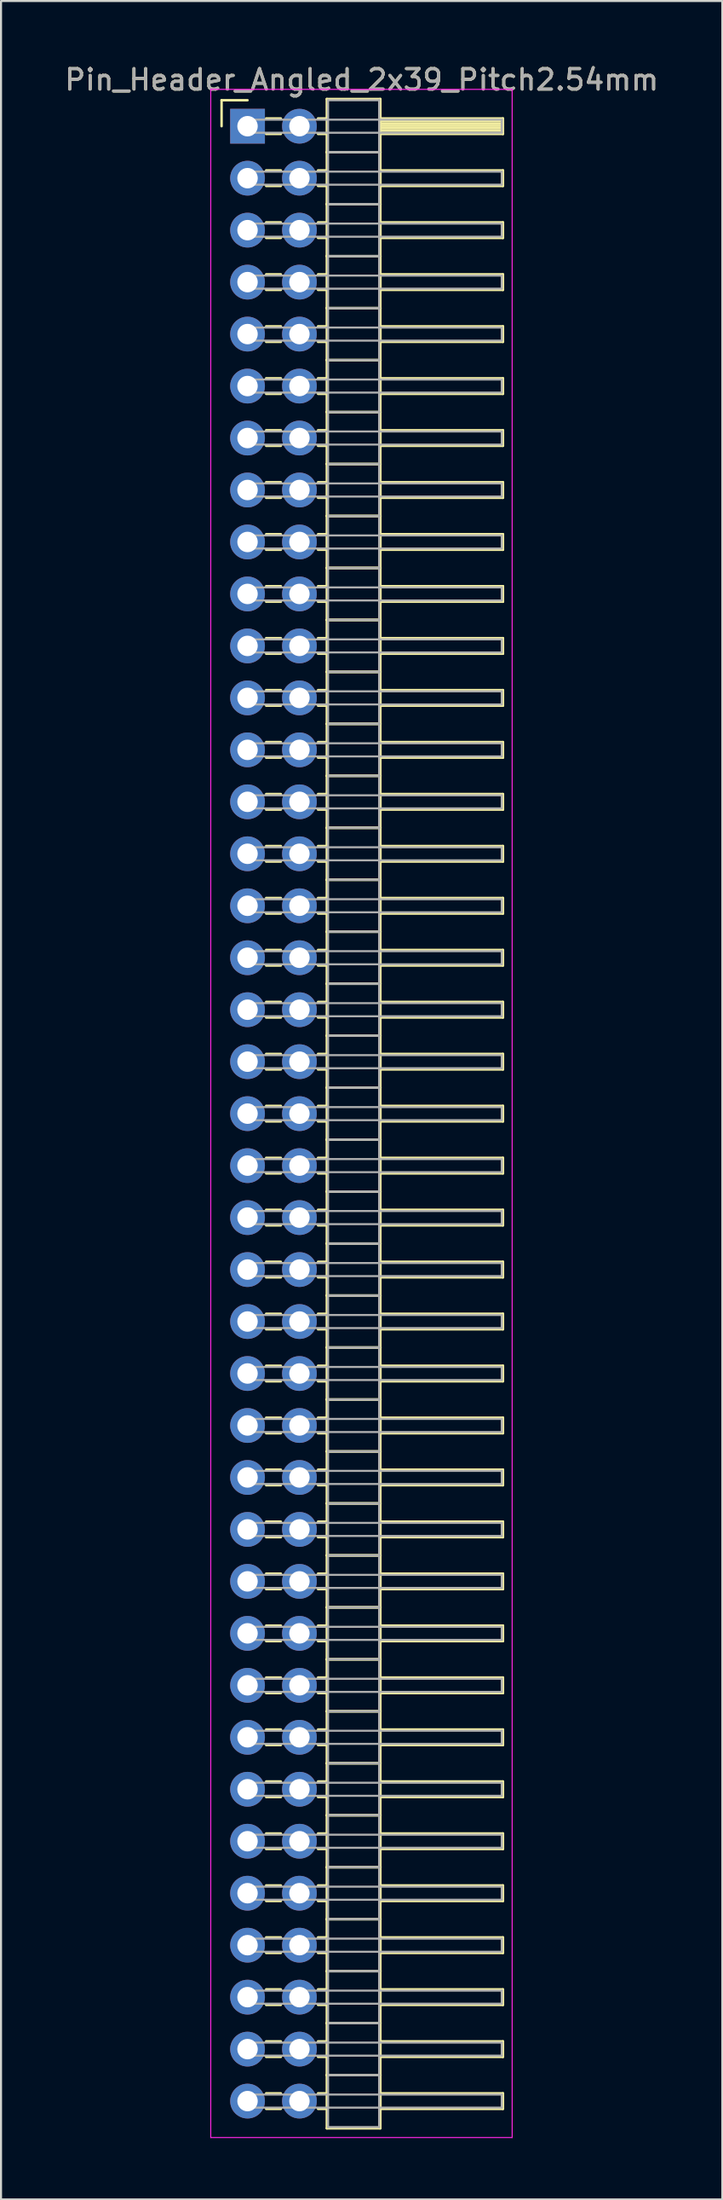
<source format=kicad_pcb>
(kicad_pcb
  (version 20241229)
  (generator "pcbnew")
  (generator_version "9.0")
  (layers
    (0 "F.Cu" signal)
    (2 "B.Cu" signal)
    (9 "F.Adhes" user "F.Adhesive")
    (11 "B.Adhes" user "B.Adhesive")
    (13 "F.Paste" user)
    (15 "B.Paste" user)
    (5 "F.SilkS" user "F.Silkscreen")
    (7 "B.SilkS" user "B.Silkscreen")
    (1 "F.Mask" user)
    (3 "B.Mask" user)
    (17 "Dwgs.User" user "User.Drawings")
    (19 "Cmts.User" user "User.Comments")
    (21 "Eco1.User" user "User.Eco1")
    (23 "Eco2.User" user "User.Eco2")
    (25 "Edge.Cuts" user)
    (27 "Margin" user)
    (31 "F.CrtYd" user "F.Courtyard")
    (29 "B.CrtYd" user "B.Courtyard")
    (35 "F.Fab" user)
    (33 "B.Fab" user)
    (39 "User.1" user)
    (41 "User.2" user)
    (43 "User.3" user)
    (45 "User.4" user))
  (footprint "Pin_Header_Angled_2x39_Pitch2.54mm"
    (layer "F.Cu")
    (at 9.064 3.118)
    (property "Reference" "Pin_Header_Angled_2x39_Pitch2.54mm" (at 5.585 -2.27 0) (layer "F.SilkS") (effects (font (size 1 1) (thickness 0.15))))
    (attr through_hole)
    (fp_line (start -1.27 -1.27) (end 0 -1.27) (stroke (width 0.12) (type solid)) (layer "F.SilkS"))
    (fp_line (start -1.27 0) (end -1.27 -1.27) (stroke (width 0.12) (type solid)) (layer "F.SilkS"))
    (fp_line (start 0.91 -0.38) (end 1.63 -0.38) (stroke (width 0.12) (type solid)) (layer "F.SilkS"))
    (fp_line (start 0.91 0.38) (end 1.63 0.38) (stroke (width 0.12) (type solid)) (layer "F.SilkS"))
    (fp_line (start 0.91 2.16) (end 1.63 2.16) (stroke (width 0.12) (type solid)) (layer "F.SilkS"))
    (fp_line (start 0.91 2.92) (end 1.63 2.92) (stroke (width 0.12) (type solid)) (layer "F.SilkS"))
    (fp_line (start 0.91 4.7) (end 1.63 4.7) (stroke (width 0.12) (type solid)) (layer "F.SilkS"))
    (fp_line (start 0.91 5.46) (end 1.63 5.46) (stroke (width 0.12) (type solid)) (layer "F.SilkS"))
    (fp_line (start 0.91 7.24) (end 1.63 7.24) (stroke (width 0.12) (type solid)) (layer "F.SilkS"))
    (fp_line (start 0.91 8) (end 1.63 8) (stroke (width 0.12) (type solid)) (layer "F.SilkS"))
    (fp_line (start 0.91 9.78) (end 1.63 9.78) (stroke (width 0.12) (type solid)) (layer "F.SilkS"))
    (fp_line (start 0.91 10.54) (end 1.63 10.54) (stroke (width 0.12) (type solid)) (layer "F.SilkS"))
    (fp_line (start 0.91 12.32) (end 1.63 12.32) (stroke (width 0.12) (type solid)) (layer "F.SilkS"))
    (fp_line (start 0.91 13.08) (end 1.63 13.08) (stroke (width 0.12) (type solid)) (layer "F.SilkS"))
    (fp_line (start 0.91 14.86) (end 1.63 14.86) (stroke (width 0.12) (type solid)) (layer "F.SilkS"))
    (fp_line (start 0.91 15.62) (end 1.63 15.62) (stroke (width 0.12) (type solid)) (layer "F.SilkS"))
    (fp_line (start 0.91 17.4) (end 1.63 17.4) (stroke (width 0.12) (type solid)) (layer "F.SilkS"))
    (fp_line (start 0.91 18.16) (end 1.63 18.16) (stroke (width 0.12) (type solid)) (layer "F.SilkS"))
    (fp_line (start 0.91 19.94) (end 1.63 19.94) (stroke (width 0.12) (type solid)) (layer "F.SilkS"))
    (fp_line (start 0.91 20.7) (end 1.63 20.7) (stroke (width 0.12) (type solid)) (layer "F.SilkS"))
    (fp_line (start 0.91 22.48) (end 1.63 22.48) (stroke (width 0.12) (type solid)) (layer "F.SilkS"))
    (fp_line (start 0.91 23.24) (end 1.63 23.24) (stroke (width 0.12) (type solid)) (layer "F.SilkS"))
    (fp_line (start 0.91 25.02) (end 1.63 25.02) (stroke (width 0.12) (type solid)) (layer "F.SilkS"))
    (fp_line (start 0.91 25.78) (end 1.63 25.78) (stroke (width 0.12) (type solid)) (layer "F.SilkS"))
    (fp_line (start 0.91 27.56) (end 1.63 27.56) (stroke (width 0.12) (type solid)) (layer "F.SilkS"))
    (fp_line (start 0.91 28.32) (end 1.63 28.32) (stroke (width 0.12) (type solid)) (layer "F.SilkS"))
    (fp_line (start 0.91 30.1) (end 1.63 30.1) (stroke (width 0.12) (type solid)) (layer "F.SilkS"))
    (fp_line (start 0.91 30.86) (end 1.63 30.86) (stroke (width 0.12) (type solid)) (layer "F.SilkS"))
    (fp_line (start 0.91 32.64) (end 1.63 32.64) (stroke (width 0.12) (type solid)) (layer "F.SilkS"))
    (fp_line (start 0.91 33.4) (end 1.63 33.4) (stroke (width 0.12) (type solid)) (layer "F.SilkS"))
    (fp_line (start 0.91 35.18) (end 1.63 35.18) (stroke (width 0.12) (type solid)) (layer "F.SilkS"))
    (fp_line (start 0.91 35.94) (end 1.63 35.94) (stroke (width 0.12) (type solid)) (layer "F.SilkS"))
    (fp_line (start 0.91 37.72) (end 1.63 37.72) (stroke (width 0.12) (type solid)) (layer "F.SilkS"))
    (fp_line (start 0.91 38.48) (end 1.63 38.48) (stroke (width 0.12) (type solid)) (layer "F.SilkS"))
    (fp_line (start 0.91 40.26) (end 1.63 40.26) (stroke (width 0.12) (type solid)) (layer "F.SilkS"))
    (fp_line (start 0.91 41.02) (end 1.63 41.02) (stroke (width 0.12) (type solid)) (layer "F.SilkS"))
    (fp_line (start 0.91 42.8) (end 1.63 42.8) (stroke (width 0.12) (type solid)) (layer "F.SilkS"))
    (fp_line (start 0.91 43.56) (end 1.63 43.56) (stroke (width 0.12) (type solid)) (layer "F.SilkS"))
    (fp_line (start 0.91 45.34) (end 1.63 45.34) (stroke (width 0.12) (type solid)) (layer "F.SilkS"))
    (fp_line (start 0.91 46.1) (end 1.63 46.1) (stroke (width 0.12) (type solid)) (layer "F.SilkS"))
    (fp_line (start 0.91 47.88) (end 1.63 47.88) (stroke (width 0.12) (type solid)) (layer "F.SilkS"))
    (fp_line (start 0.91 48.64) (end 1.63 48.64) (stroke (width 0.12) (type solid)) (layer "F.SilkS"))
    (fp_line (start 0.91 50.42) (end 1.63 50.42) (stroke (width 0.12) (type solid)) (layer "F.SilkS"))
    (fp_line (start 0.91 51.18) (end 1.63 51.18) (stroke (width 0.12) (type solid)) (layer "F.SilkS"))
    (fp_line (start 0.91 52.96) (end 1.63 52.96) (stroke (width 0.12) (type solid)) (layer "F.SilkS"))
    (fp_line (start 0.91 53.72) (end 1.63 53.72) (stroke (width 0.12) (type solid)) (layer "F.SilkS"))
    (fp_line (start 0.91 55.5) (end 1.63 55.5) (stroke (width 0.12) (type solid)) (layer "F.SilkS"))
    (fp_line (start 0.91 56.26) (end 1.63 56.26) (stroke (width 0.12) (type solid)) (layer "F.SilkS"))
    (fp_line (start 0.91 58.04) (end 1.63 58.04) (stroke (width 0.12) (type solid)) (layer "F.SilkS"))
    (fp_line (start 0.91 58.8) (end 1.63 58.8) (stroke (width 0.12) (type solid)) (layer "F.SilkS"))
    (fp_line (start 0.91 60.58) (end 1.63 60.58) (stroke (width 0.12) (type solid)) (layer "F.SilkS"))
    (fp_line (start 0.91 61.34) (end 1.63 61.34) (stroke (width 0.12) (type solid)) (layer "F.SilkS"))
    (fp_line (start 0.91 63.12) (end 1.63 63.12) (stroke (width 0.12) (type solid)) (layer "F.SilkS"))
    (fp_line (start 0.91 63.88) (end 1.63 63.88) (stroke (width 0.12) (type solid)) (layer "F.SilkS"))
    (fp_line (start 0.91 65.66) (end 1.63 65.66) (stroke (width 0.12) (type solid)) (layer "F.SilkS"))
    (fp_line (start 0.91 66.42) (end 1.63 66.42) (stroke (width 0.12) (type solid)) (layer "F.SilkS"))
    (fp_line (start 0.91 68.2) (end 1.63 68.2) (stroke (width 0.12) (type solid)) (layer "F.SilkS"))
    (fp_line (start 0.91 68.96) (end 1.63 68.96) (stroke (width 0.12) (type solid)) (layer "F.SilkS"))
    (fp_line (start 0.91 70.74) (end 1.63 70.74) (stroke (width 0.12) (type solid)) (layer "F.SilkS"))
    (fp_line (start 0.91 71.5) (end 1.63 71.5) (stroke (width 0.12) (type solid)) (layer "F.SilkS"))
    (fp_line (start 0.91 73.28) (end 1.63 73.28) (stroke (width 0.12) (type solid)) (layer "F.SilkS"))
    (fp_line (start 0.91 74.04) (end 1.63 74.04) (stroke (width 0.12) (type solid)) (layer "F.SilkS"))
    (fp_line (start 0.91 75.82) (end 1.63 75.82) (stroke (width 0.12) (type solid)) (layer "F.SilkS"))
    (fp_line (start 0.91 76.58) (end 1.63 76.58) (stroke (width 0.12) (type solid)) (layer "F.SilkS"))
    (fp_line (start 0.91 78.36) (end 1.63 78.36) (stroke (width 0.12) (type solid)) (layer "F.SilkS"))
    (fp_line (start 0.91 79.12) (end 1.63 79.12) (stroke (width 0.12) (type solid)) (layer "F.SilkS"))
    (fp_line (start 0.91 80.9) (end 1.63 80.9) (stroke (width 0.12) (type solid)) (layer "F.SilkS"))
    (fp_line (start 0.91 81.66) (end 1.63 81.66) (stroke (width 0.12) (type solid)) (layer "F.SilkS"))
    (fp_line (start 0.91 83.44) (end 1.63 83.44) (stroke (width 0.12) (type solid)) (layer "F.SilkS"))
    (fp_line (start 0.91 84.2) (end 1.63 84.2) (stroke (width 0.12) (type solid)) (layer "F.SilkS"))
    (fp_line (start 0.91 85.98) (end 1.63 85.98) (stroke (width 0.12) (type solid)) (layer "F.SilkS"))
    (fp_line (start 0.91 86.74) (end 1.63 86.74) (stroke (width 0.12) (type solid)) (layer "F.SilkS"))
    (fp_line (start 0.91 88.52) (end 1.63 88.52) (stroke (width 0.12) (type solid)) (layer "F.SilkS"))
    (fp_line (start 0.91 89.28) (end 1.63 89.28) (stroke (width 0.12) (type solid)) (layer "F.SilkS"))
    (fp_line (start 0.91 91.06) (end 1.63 91.06) (stroke (width 0.12) (type solid)) (layer "F.SilkS"))
    (fp_line (start 0.91 91.82) (end 1.63 91.82) (stroke (width 0.12) (type solid)) (layer "F.SilkS"))
    (fp_line (start 0.91 93.6) (end 1.63 93.6) (stroke (width 0.12) (type solid)) (layer "F.SilkS"))
    (fp_line (start 0.91 94.36) (end 1.63 94.36) (stroke (width 0.12) (type solid)) (layer "F.SilkS"))
    (fp_line (start 0.91 96.14) (end 1.63 96.14) (stroke (width 0.12) (type solid)) (layer "F.SilkS"))
    (fp_line (start 0.91 96.9) (end 1.63 96.9) (stroke (width 0.12) (type solid)) (layer "F.SilkS"))
    (fp_line (start 3.45 -0.38) (end 3.88 -0.38) (stroke (width 0.12) (type solid)) (layer "F.SilkS"))
    (fp_line (start 3.45 0.38) (end 3.88 0.38) (stroke (width 0.12) (type solid)) (layer "F.SilkS"))
    (fp_line (start 3.45 2.16) (end 3.88 2.16) (stroke (width 0.12) (type solid)) (layer "F.SilkS"))
    (fp_line (start 3.45 2.92) (end 3.88 2.92) (stroke (width 0.12) (type solid)) (layer "F.SilkS"))
    (fp_line (start 3.45 4.7) (end 3.88 4.7) (stroke (width 0.12) (type solid)) (layer "F.SilkS"))
    (fp_line (start 3.45 5.46) (end 3.88 5.46) (stroke (width 0.12) (type solid)) (layer "F.SilkS"))
    (fp_line (start 3.45 7.24) (end 3.88 7.24) (stroke (width 0.12) (type solid)) (layer "F.SilkS"))
    (fp_line (start 3.45 8) (end 3.88 8) (stroke (width 0.12) (type solid)) (layer "F.SilkS"))
    (fp_line (start 3.45 9.78) (end 3.88 9.78) (stroke (width 0.12) (type solid)) (layer "F.SilkS"))
    (fp_line (start 3.45 10.54) (end 3.88 10.54) (stroke (width 0.12) (type solid)) (layer "F.SilkS"))
    (fp_line (start 3.45 12.32) (end 3.88 12.32) (stroke (width 0.12) (type solid)) (layer "F.SilkS"))
    (fp_line (start 3.45 13.08) (end 3.88 13.08) (stroke (width 0.12) (type solid)) (layer "F.SilkS"))
    (fp_line (start 3.45 14.86) (end 3.88 14.86) (stroke (width 0.12) (type solid)) (layer "F.SilkS"))
    (fp_line (start 3.45 15.62) (end 3.88 15.62) (stroke (width 0.12) (type solid)) (layer "F.SilkS"))
    (fp_line (start 3.45 17.4) (end 3.88 17.4) (stroke (width 0.12) (type solid)) (layer "F.SilkS"))
    (fp_line (start 3.45 18.16) (end 3.88 18.16) (stroke (width 0.12) (type solid)) (layer "F.SilkS"))
    (fp_line (start 3.45 19.94) (end 3.88 19.94) (stroke (width 0.12) (type solid)) (layer "F.SilkS"))
    (fp_line (start 3.45 20.7) (end 3.88 20.7) (stroke (width 0.12) (type solid)) (layer "F.SilkS"))
    (fp_line (start 3.45 22.48) (end 3.88 22.48) (stroke (width 0.12) (type solid)) (layer "F.SilkS"))
    (fp_line (start 3.45 23.24) (end 3.88 23.24) (stroke (width 0.12) (type solid)) (layer "F.SilkS"))
    (fp_line (start 3.45 25.02) (end 3.88 25.02) (stroke (width 0.12) (type solid)) (layer "F.SilkS"))
    (fp_line (start 3.45 25.78) (end 3.88 25.78) (stroke (width 0.12) (type solid)) (layer "F.SilkS"))
    (fp_line (start 3.45 27.56) (end 3.88 27.56) (stroke (width 0.12) (type solid)) (layer "F.SilkS"))
    (fp_line (start 3.45 28.32) (end 3.88 28.32) (stroke (width 0.12) (type solid)) (layer "F.SilkS"))
    (fp_line (start 3.45 30.1) (end 3.88 30.1) (stroke (width 0.12) (type solid)) (layer "F.SilkS"))
    (fp_line (start 3.45 30.86) (end 3.88 30.86) (stroke (width 0.12) (type solid)) (layer "F.SilkS"))
    (fp_line (start 3.45 32.64) (end 3.88 32.64) (stroke (width 0.12) (type solid)) (layer "F.SilkS"))
    (fp_line (start 3.45 33.4) (end 3.88 33.4) (stroke (width 0.12) (type solid)) (layer "F.SilkS"))
    (fp_line (start 3.45 35.18) (end 3.88 35.18) (stroke (width 0.12) (type solid)) (layer "F.SilkS"))
    (fp_line (start 3.45 35.94) (end 3.88 35.94) (stroke (width 0.12) (type solid)) (layer "F.SilkS"))
    (fp_line (start 3.45 37.72) (end 3.88 37.72) (stroke (width 0.12) (type solid)) (layer "F.SilkS"))
    (fp_line (start 3.45 38.48) (end 3.88 38.48) (stroke (width 0.12) (type solid)) (layer "F.SilkS"))
    (fp_line (start 3.45 40.26) (end 3.88 40.26) (stroke (width 0.12) (type solid)) (layer "F.SilkS"))
    (fp_line (start 3.45 41.02) (end 3.88 41.02) (stroke (width 0.12) (type solid)) (layer "F.SilkS"))
    (fp_line (start 3.45 42.8) (end 3.88 42.8) (stroke (width 0.12) (type solid)) (layer "F.SilkS"))
    (fp_line (start 3.45 43.56) (end 3.88 43.56) (stroke (width 0.12) (type solid)) (layer "F.SilkS"))
    (fp_line (start 3.45 45.34) (end 3.88 45.34) (stroke (width 0.12) (type solid)) (layer "F.SilkS"))
    (fp_line (start 3.45 46.1) (end 3.88 46.1) (stroke (width 0.12) (type solid)) (layer "F.SilkS"))
    (fp_line (start 3.45 47.88) (end 3.88 47.88) (stroke (width 0.12) (type solid)) (layer "F.SilkS"))
    (fp_line (start 3.45 48.64) (end 3.88 48.64) (stroke (width 0.12) (type solid)) (layer "F.SilkS"))
    (fp_line (start 3.45 50.42) (end 3.88 50.42) (stroke (width 0.12) (type solid)) (layer "F.SilkS"))
    (fp_line (start 3.45 51.18) (end 3.88 51.18) (stroke (width 0.12) (type solid)) (layer "F.SilkS"))
    (fp_line (start 3.45 52.96) (end 3.88 52.96) (stroke (width 0.12) (type solid)) (layer "F.SilkS"))
    (fp_line (start 3.45 53.72) (end 3.88 53.72) (stroke (width 0.12) (type solid)) (layer "F.SilkS"))
    (fp_line (start 3.45 55.5) (end 3.88 55.5) (stroke (width 0.12) (type solid)) (layer "F.SilkS"))
    (fp_line (start 3.45 56.26) (end 3.88 56.26) (stroke (width 0.12) (type solid)) (layer "F.SilkS"))
    (fp_line (start 3.45 58.04) (end 3.88 58.04) (stroke (width 0.12) (type solid)) (layer "F.SilkS"))
    (fp_line (start 3.45 58.8) (end 3.88 58.8) (stroke (width 0.12) (type solid)) (layer "F.SilkS"))
    (fp_line (start 3.45 60.58) (end 3.88 60.58) (stroke (width 0.12) (type solid)) (layer "F.SilkS"))
    (fp_line (start 3.45 61.34) (end 3.88 61.34) (stroke (width 0.12) (type solid)) (layer "F.SilkS"))
    (fp_line (start 3.45 63.12) (end 3.88 63.12) (stroke (width 0.12) (type solid)) (layer "F.SilkS"))
    (fp_line (start 3.45 63.88) (end 3.88 63.88) (stroke (width 0.12) (type solid)) (layer "F.SilkS"))
    (fp_line (start 3.45 65.66) (end 3.88 65.66) (stroke (width 0.12) (type solid)) (layer "F.SilkS"))
    (fp_line (start 3.45 66.42) (end 3.88 66.42) (stroke (width 0.12) (type solid)) (layer "F.SilkS"))
    (fp_line (start 3.45 68.2) (end 3.88 68.2) (stroke (width 0.12) (type solid)) (layer "F.SilkS"))
    (fp_line (start 3.45 68.96) (end 3.88 68.96) (stroke (width 0.12) (type solid)) (layer "F.SilkS"))
    (fp_line (start 3.45 70.74) (end 3.88 70.74) (stroke (width 0.12) (type solid)) (layer "F.SilkS"))
    (fp_line (start 3.45 71.5) (end 3.88 71.5) (stroke (width 0.12) (type solid)) (layer "F.SilkS"))
    (fp_line (start 3.45 73.28) (end 3.88 73.28) (stroke (width 0.12) (type solid)) (layer "F.SilkS"))
    (fp_line (start 3.45 74.04) (end 3.88 74.04) (stroke (width 0.12) (type solid)) (layer "F.SilkS"))
    (fp_line (start 3.45 75.82) (end 3.88 75.82) (stroke (width 0.12) (type solid)) (layer "F.SilkS"))
    (fp_line (start 3.45 76.58) (end 3.88 76.58) (stroke (width 0.12) (type solid)) (layer "F.SilkS"))
    (fp_line (start 3.45 78.36) (end 3.88 78.36) (stroke (width 0.12) (type solid)) (layer "F.SilkS"))
    (fp_line (start 3.45 79.12) (end 3.88 79.12) (stroke (width 0.12) (type solid)) (layer "F.SilkS"))
    (fp_line (start 3.45 80.9) (end 3.88 80.9) (stroke (width 0.12) (type solid)) (layer "F.SilkS"))
    (fp_line (start 3.45 81.66) (end 3.88 81.66) (stroke (width 0.12) (type solid)) (layer "F.SilkS"))
    (fp_line (start 3.45 83.44) (end 3.88 83.44) (stroke (width 0.12) (type solid)) (layer "F.SilkS"))
    (fp_line (start 3.45 84.2) (end 3.88 84.2) (stroke (width 0.12) (type solid)) (layer "F.SilkS"))
    (fp_line (start 3.45 85.98) (end 3.88 85.98) (stroke (width 0.12) (type solid)) (layer "F.SilkS"))
    (fp_line (start 3.45 86.74) (end 3.88 86.74) (stroke (width 0.12) (type solid)) (layer "F.SilkS"))
    (fp_line (start 3.45 88.52) (end 3.88 88.52) (stroke (width 0.12) (type solid)) (layer "F.SilkS"))
    (fp_line (start 3.45 89.28) (end 3.88 89.28) (stroke (width 0.12) (type solid)) (layer "F.SilkS"))
    (fp_line (start 3.45 91.06) (end 3.88 91.06) (stroke (width 0.12) (type solid)) (layer "F.SilkS"))
    (fp_line (start 3.45 91.82) (end 3.88 91.82) (stroke (width 0.12) (type solid)) (layer "F.SilkS"))
    (fp_line (start 3.45 93.6) (end 3.88 93.6) (stroke (width 0.12) (type solid)) (layer "F.SilkS"))
    (fp_line (start 3.45 94.36) (end 3.88 94.36) (stroke (width 0.12) (type solid)) (layer "F.SilkS"))
    (fp_line (start 3.45 96.14) (end 3.88 96.14) (stroke (width 0.12) (type solid)) (layer "F.SilkS"))
    (fp_line (start 3.45 96.9) (end 3.88 96.9) (stroke (width 0.12) (type solid)) (layer "F.SilkS"))
    (fp_line (start 3.88 -1.33) (end 3.88 1.27) (stroke (width 0.12) (type solid)) (layer "F.SilkS"))
    (fp_line (start 3.88 1.27) (end 3.88 3.81) (stroke (width 0.12) (type solid)) (layer "F.SilkS"))
    (fp_line (start 3.88 1.27) (end 6.5 1.27) (stroke (width 0.12) (type solid)) (layer "F.SilkS"))
    (fp_line (start 3.88 3.81) (end 3.88 6.35) (stroke (width 0.12) (type solid)) (layer "F.SilkS"))
    (fp_line (start 3.88 3.81) (end 6.5 3.81) (stroke (width 0.12) (type solid)) (layer "F.SilkS"))
    (fp_line (start 3.88 6.35) (end 3.88 8.89) (stroke (width 0.12) (type solid)) (layer "F.SilkS"))
    (fp_line (start 3.88 6.35) (end 6.5 6.35) (stroke (width 0.12) (type solid)) (layer "F.SilkS"))
    (fp_line (start 3.88 8.89) (end 3.88 11.43) (stroke (width 0.12) (type solid)) (layer "F.SilkS"))
    (fp_line (start 3.88 8.89) (end 6.5 8.89) (stroke (width 0.12) (type solid)) (layer "F.SilkS"))
    (fp_line (start 3.88 11.43) (end 3.88 13.97) (stroke (width 0.12) (type solid)) (layer "F.SilkS"))
    (fp_line (start 3.88 11.43) (end 6.5 11.43) (stroke (width 0.12) (type solid)) (layer "F.SilkS"))
    (fp_line (start 3.88 13.97) (end 3.88 16.51) (stroke (width 0.12) (type solid)) (layer "F.SilkS"))
    (fp_line (start 3.88 13.97) (end 6.5 13.97) (stroke (width 0.12) (type solid)) (layer "F.SilkS"))
    (fp_line (start 3.88 16.51) (end 3.88 19.05) (stroke (width 0.12) (type solid)) (layer "F.SilkS"))
    (fp_line (start 3.88 16.51) (end 6.5 16.51) (stroke (width 0.12) (type solid)) (layer "F.SilkS"))
    (fp_line (start 3.88 19.05) (end 3.88 21.59) (stroke (width 0.12) (type solid)) (layer "F.SilkS"))
    (fp_line (start 3.88 19.05) (end 6.5 19.05) (stroke (width 0.12) (type solid)) (layer "F.SilkS"))
    (fp_line (start 3.88 21.59) (end 3.88 24.13) (stroke (width 0.12) (type solid)) (layer "F.SilkS"))
    (fp_line (start 3.88 21.59) (end 6.5 21.59) (stroke (width 0.12) (type solid)) (layer "F.SilkS"))
    (fp_line (start 3.88 24.13) (end 3.88 26.67) (stroke (width 0.12) (type solid)) (layer "F.SilkS"))
    (fp_line (start 3.88 24.13) (end 6.5 24.13) (stroke (width 0.12) (type solid)) (layer "F.SilkS"))
    (fp_line (start 3.88 26.67) (end 3.88 29.21) (stroke (width 0.12) (type solid)) (layer "F.SilkS"))
    (fp_line (start 3.88 26.67) (end 6.5 26.67) (stroke (width 0.12) (type solid)) (layer "F.SilkS"))
    (fp_line (start 3.88 29.21) (end 3.88 31.75) (stroke (width 0.12) (type solid)) (layer "F.SilkS"))
    (fp_line (start 3.88 29.21) (end 6.5 29.21) (stroke (width 0.12) (type solid)) (layer "F.SilkS"))
    (fp_line (start 3.88 31.75) (end 3.88 34.29) (stroke (width 0.12) (type solid)) (layer "F.SilkS"))
    (fp_line (start 3.88 31.75) (end 6.5 31.75) (stroke (width 0.12) (type solid)) (layer "F.SilkS"))
    (fp_line (start 3.88 34.29) (end 3.88 36.83) (stroke (width 0.12) (type solid)) (layer "F.SilkS"))
    (fp_line (start 3.88 34.29) (end 6.5 34.29) (stroke (width 0.12) (type solid)) (layer "F.SilkS"))
    (fp_line (start 3.88 36.83) (end 3.88 39.37) (stroke (width 0.12) (type solid)) (layer "F.SilkS"))
    (fp_line (start 3.88 36.83) (end 6.5 36.83) (stroke (width 0.12) (type solid)) (layer "F.SilkS"))
    (fp_line (start 3.88 39.37) (end 3.88 41.91) (stroke (width 0.12) (type solid)) (layer "F.SilkS"))
    (fp_line (start 3.88 39.37) (end 6.5 39.37) (stroke (width 0.12) (type solid)) (layer "F.SilkS"))
    (fp_line (start 3.88 41.91) (end 3.88 44.45) (stroke (width 0.12) (type solid)) (layer "F.SilkS"))
    (fp_line (start 3.88 41.91) (end 6.5 41.91) (stroke (width 0.12) (type solid)) (layer "F.SilkS"))
    (fp_line (start 3.88 44.45) (end 3.88 46.99) (stroke (width 0.12) (type solid)) (layer "F.SilkS"))
    (fp_line (start 3.88 44.45) (end 6.5 44.45) (stroke (width 0.12) (type solid)) (layer "F.SilkS"))
    (fp_line (start 3.88 46.99) (end 3.88 49.53) (stroke (width 0.12) (type solid)) (layer "F.SilkS"))
    (fp_line (start 3.88 46.99) (end 6.5 46.99) (stroke (width 0.12) (type solid)) (layer "F.SilkS"))
    (fp_line (start 3.88 49.53) (end 3.88 52.07) (stroke (width 0.12) (type solid)) (layer "F.SilkS"))
    (fp_line (start 3.88 49.53) (end 6.5 49.53) (stroke (width 0.12) (type solid)) (layer "F.SilkS"))
    (fp_line (start 3.88 52.07) (end 3.88 54.61) (stroke (width 0.12) (type solid)) (layer "F.SilkS"))
    (fp_line (start 3.88 52.07) (end 6.5 52.07) (stroke (width 0.12) (type solid)) (layer "F.SilkS"))
    (fp_line (start 3.88 54.61) (end 3.88 57.15) (stroke (width 0.12) (type solid)) (layer "F.SilkS"))
    (fp_line (start 3.88 54.61) (end 6.5 54.61) (stroke (width 0.12) (type solid)) (layer "F.SilkS"))
    (fp_line (start 3.88 57.15) (end 3.88 59.69) (stroke (width 0.12) (type solid)) (layer "F.SilkS"))
    (fp_line (start 3.88 57.15) (end 6.5 57.15) (stroke (width 0.12) (type solid)) (layer "F.SilkS"))
    (fp_line (start 3.88 59.69) (end 3.88 62.23) (stroke (width 0.12) (type solid)) (layer "F.SilkS"))
    (fp_line (start 3.88 59.69) (end 6.5 59.69) (stroke (width 0.12) (type solid)) (layer "F.SilkS"))
    (fp_line (start 3.88 62.23) (end 3.88 64.77) (stroke (width 0.12) (type solid)) (layer "F.SilkS"))
    (fp_line (start 3.88 62.23) (end 6.5 62.23) (stroke (width 0.12) (type solid)) (layer "F.SilkS"))
    (fp_line (start 3.88 64.77) (end 3.88 67.31) (stroke (width 0.12) (type solid)) (layer "F.SilkS"))
    (fp_line (start 3.88 64.77) (end 6.5 64.77) (stroke (width 0.12) (type solid)) (layer "F.SilkS"))
    (fp_line (start 3.88 67.31) (end 3.88 69.85) (stroke (width 0.12) (type solid)) (layer "F.SilkS"))
    (fp_line (start 3.88 67.31) (end 6.5 67.31) (stroke (width 0.12) (type solid)) (layer "F.SilkS"))
    (fp_line (start 3.88 69.85) (end 3.88 72.39) (stroke (width 0.12) (type solid)) (layer "F.SilkS"))
    (fp_line (start 3.88 69.85) (end 6.5 69.85) (stroke (width 0.12) (type solid)) (layer "F.SilkS"))
    (fp_line (start 3.88 72.39) (end 3.88 74.93) (stroke (width 0.12) (type solid)) (layer "F.SilkS"))
    (fp_line (start 3.88 72.39) (end 6.5 72.39) (stroke (width 0.12) (type solid)) (layer "F.SilkS"))
    (fp_line (start 3.88 74.93) (end 3.88 77.47) (stroke (width 0.12) (type solid)) (layer "F.SilkS"))
    (fp_line (start 3.88 74.93) (end 6.5 74.93) (stroke (width 0.12) (type solid)) (layer "F.SilkS"))
    (fp_line (start 3.88 77.47) (end 3.88 80.01) (stroke (width 0.12) (type solid)) (layer "F.SilkS"))
    (fp_line (start 3.88 77.47) (end 6.5 77.47) (stroke (width 0.12) (type solid)) (layer "F.SilkS"))
    (fp_line (start 3.88 80.01) (end 3.88 82.55) (stroke (width 0.12) (type solid)) (layer "F.SilkS"))
    (fp_line (start 3.88 80.01) (end 6.5 80.01) (stroke (width 0.12) (type solid)) (layer "F.SilkS"))
    (fp_line (start 3.88 82.55) (end 3.88 85.09) (stroke (width 0.12) (type solid)) (layer "F.SilkS"))
    (fp_line (start 3.88 82.55) (end 6.5 82.55) (stroke (width 0.12) (type solid)) (layer "F.SilkS"))
    (fp_line (start 3.88 85.09) (end 3.88 87.63) (stroke (width 0.12) (type solid)) (layer "F.SilkS"))
    (fp_line (start 3.88 85.09) (end 6.5 85.09) (stroke (width 0.12) (type solid)) (layer "F.SilkS"))
    (fp_line (start 3.88 87.63) (end 3.88 90.17) (stroke (width 0.12) (type solid)) (layer "F.SilkS"))
    (fp_line (start 3.88 87.63) (end 6.5 87.63) (stroke (width 0.12) (type solid)) (layer "F.SilkS"))
    (fp_line (start 3.88 90.17) (end 3.88 92.71) (stroke (width 0.12) (type solid)) (layer "F.SilkS"))
    (fp_line (start 3.88 90.17) (end 6.5 90.17) (stroke (width 0.12) (type solid)) (layer "F.SilkS"))
    (fp_line (start 3.88 92.71) (end 3.88 95.25) (stroke (width 0.12) (type solid)) (layer "F.SilkS"))
    (fp_line (start 3.88 92.71) (end 6.5 92.71) (stroke (width 0.12) (type solid)) (layer "F.SilkS"))
    (fp_line (start 3.88 95.25) (end 3.88 97.85) (stroke (width 0.12) (type solid)) (layer "F.SilkS"))
    (fp_line (start 3.88 95.25) (end 6.5 95.25) (stroke (width 0.12) (type solid)) (layer "F.SilkS"))
    (fp_line (start 3.88 97.85) (end 6.5 97.85) (stroke (width 0.12) (type solid)) (layer "F.SilkS"))
    (fp_line (start 6.5 -1.33) (end 3.88 -1.33) (stroke (width 0.12) (type solid)) (layer "F.SilkS"))
    (fp_line (start 6.5 -0.38) (end 6.5 0.38) (stroke (width 0.12) (type solid)) (layer "F.SilkS"))
    (fp_line (start 6.5 -0.26) (end 12.5 -0.26) (stroke (width 0.12) (type solid)) (layer "F.SilkS"))
    (fp_line (start 6.5 -0.14) (end 12.5 -0.14) (stroke (width 0.12) (type solid)) (layer "F.SilkS"))
    (fp_line (start 6.5 -0.02) (end 12.5 -0.02) (stroke (width 0.12) (type solid)) (layer "F.SilkS"))
    (fp_line (start 6.5 0.1) (end 12.5 0.1) (stroke (width 0.12) (type solid)) (layer "F.SilkS"))
    (fp_line (start 6.5 0.22) (end 12.5 0.22) (stroke (width 0.12) (type solid)) (layer "F.SilkS"))
    (fp_line (start 6.5 0.34) (end 12.5 0.34) (stroke (width 0.12) (type solid)) (layer "F.SilkS"))
    (fp_line (start 6.5 0.38) (end 12.5 0.38) (stroke (width 0.12) (type solid)) (layer "F.SilkS"))
    (fp_line (start 6.5 1.27) (end 3.88 1.27) (stroke (width 0.12) (type solid)) (layer "F.SilkS"))
    (fp_line (start 6.5 1.27) (end 6.5 -1.33) (stroke (width 0.12) (type solid)) (layer "F.SilkS"))
    (fp_line (start 6.5 2.16) (end 6.5 2.92) (stroke (width 0.12) (type solid)) (layer "F.SilkS"))
    (fp_line (start 6.5 2.92) (end 12.5 2.92) (stroke (width 0.12) (type solid)) (layer "F.SilkS"))
    (fp_line (start 6.5 3.81) (end 3.88 3.81) (stroke (width 0.12) (type solid)) (layer "F.SilkS"))
    (fp_line (start 6.5 3.81) (end 6.5 1.27) (stroke (width 0.12) (type solid)) (layer "F.SilkS"))
    (fp_line (start 6.5 4.7) (end 6.5 5.46) (stroke (width 0.12) (type solid)) (layer "F.SilkS"))
    (fp_line (start 6.5 5.46) (end 12.5 5.46) (stroke (width 0.12) (type solid)) (layer "F.SilkS"))
    (fp_line (start 6.5 6.35) (end 3.88 6.35) (stroke (width 0.12) (type solid)) (layer "F.SilkS"))
    (fp_line (start 6.5 6.35) (end 6.5 3.81) (stroke (width 0.12) (type solid)) (layer "F.SilkS"))
    (fp_line (start 6.5 7.24) (end 6.5 8) (stroke (width 0.12) (type solid)) (layer "F.SilkS"))
    (fp_line (start 6.5 8) (end 12.5 8) (stroke (width 0.12) (type solid)) (layer "F.SilkS"))
    (fp_line (start 6.5 8.89) (end 3.88 8.89) (stroke (width 0.12) (type solid)) (layer "F.SilkS"))
    (fp_line (start 6.5 8.89) (end 6.5 6.35) (stroke (width 0.12) (type solid)) (layer "F.SilkS"))
    (fp_line (start 6.5 9.78) (end 6.5 10.54) (stroke (width 0.12) (type solid)) (layer "F.SilkS"))
    (fp_line (start 6.5 10.54) (end 12.5 10.54) (stroke (width 0.12) (type solid)) (layer "F.SilkS"))
    (fp_line (start 6.5 11.43) (end 3.88 11.43) (stroke (width 0.12) (type solid)) (layer "F.SilkS"))
    (fp_line (start 6.5 11.43) (end 6.5 8.89) (stroke (width 0.12) (type solid)) (layer "F.SilkS"))
    (fp_line (start 6.5 12.32) (end 6.5 13.08) (stroke (width 0.12) (type solid)) (layer "F.SilkS"))
    (fp_line (start 6.5 13.08) (end 12.5 13.08) (stroke (width 0.12) (type solid)) (layer "F.SilkS"))
    (fp_line (start 6.5 13.97) (end 3.88 13.97) (stroke (width 0.12) (type solid)) (layer "F.SilkS"))
    (fp_line (start 6.5 13.97) (end 6.5 11.43) (stroke (width 0.12) (type solid)) (layer "F.SilkS"))
    (fp_line (start 6.5 14.86) (end 6.5 15.62) (stroke (width 0.12) (type solid)) (layer "F.SilkS"))
    (fp_line (start 6.5 15.62) (end 12.5 15.62) (stroke (width 0.12) (type solid)) (layer "F.SilkS"))
    (fp_line (start 6.5 16.51) (end 3.88 16.51) (stroke (width 0.12) (type solid)) (layer "F.SilkS"))
    (fp_line (start 6.5 16.51) (end 6.5 13.97) (stroke (width 0.12) (type solid)) (layer "F.SilkS"))
    (fp_line (start 6.5 17.4) (end 6.5 18.16) (stroke (width 0.12) (type solid)) (layer "F.SilkS"))
    (fp_line (start 6.5 18.16) (end 12.5 18.16) (stroke (width 0.12) (type solid)) (layer "F.SilkS"))
    (fp_line (start 6.5 19.05) (end 3.88 19.05) (stroke (width 0.12) (type solid)) (layer "F.SilkS"))
    (fp_line (start 6.5 19.05) (end 6.5 16.51) (stroke (width 0.12) (type solid)) (layer "F.SilkS"))
    (fp_line (start 6.5 19.94) (end 6.5 20.7) (stroke (width 0.12) (type solid)) (layer "F.SilkS"))
    (fp_line (start 6.5 20.7) (end 12.5 20.7) (stroke (width 0.12) (type solid)) (layer "F.SilkS"))
    (fp_line (start 6.5 21.59) (end 3.88 21.59) (stroke (width 0.12) (type solid)) (layer "F.SilkS"))
    (fp_line (start 6.5 21.59) (end 6.5 19.05) (stroke (width 0.12) (type solid)) (layer "F.SilkS"))
    (fp_line (start 6.5 22.48) (end 6.5 23.24) (stroke (width 0.12) (type solid)) (layer "F.SilkS"))
    (fp_line (start 6.5 23.24) (end 12.5 23.24) (stroke (width 0.12) (type solid)) (layer "F.SilkS"))
    (fp_line (start 6.5 24.13) (end 3.88 24.13) (stroke (width 0.12) (type solid)) (layer "F.SilkS"))
    (fp_line (start 6.5 24.13) (end 6.5 21.59) (stroke (width 0.12) (type solid)) (layer "F.SilkS"))
    (fp_line (start 6.5 25.02) (end 6.5 25.78) (stroke (width 0.12) (type solid)) (layer "F.SilkS"))
    (fp_line (start 6.5 25.78) (end 12.5 25.78) (stroke (width 0.12) (type solid)) (layer "F.SilkS"))
    (fp_line (start 6.5 26.67) (end 3.88 26.67) (stroke (width 0.12) (type solid)) (layer "F.SilkS"))
    (fp_line (start 6.5 26.67) (end 6.5 24.13) (stroke (width 0.12) (type solid)) (layer "F.SilkS"))
    (fp_line (start 6.5 27.56) (end 6.5 28.32) (stroke (width 0.12) (type solid)) (layer "F.SilkS"))
    (fp_line (start 6.5 28.32) (end 12.5 28.32) (stroke (width 0.12) (type solid)) (layer "F.SilkS"))
    (fp_line (start 6.5 29.21) (end 3.88 29.21) (stroke (width 0.12) (type solid)) (layer "F.SilkS"))
    (fp_line (start 6.5 29.21) (end 6.5 26.67) (stroke (width 0.12) (type solid)) (layer "F.SilkS"))
    (fp_line (start 6.5 30.1) (end 6.5 30.86) (stroke (width 0.12) (type solid)) (layer "F.SilkS"))
    (fp_line (start 6.5 30.86) (end 12.5 30.86) (stroke (width 0.12) (type solid)) (layer "F.SilkS"))
    (fp_line (start 6.5 31.75) (end 3.88 31.75) (stroke (width 0.12) (type solid)) (layer "F.SilkS"))
    (fp_line (start 6.5 31.75) (end 6.5 29.21) (stroke (width 0.12) (type solid)) (layer "F.SilkS"))
    (fp_line (start 6.5 32.64) (end 6.5 33.4) (stroke (width 0.12) (type solid)) (layer "F.SilkS"))
    (fp_line (start 6.5 33.4) (end 12.5 33.4) (stroke (width 0.12) (type solid)) (layer "F.SilkS"))
    (fp_line (start 6.5 34.29) (end 3.88 34.29) (stroke (width 0.12) (type solid)) (layer "F.SilkS"))
    (fp_line (start 6.5 34.29) (end 6.5 31.75) (stroke (width 0.12) (type solid)) (layer "F.SilkS"))
    (fp_line (start 6.5 35.18) (end 6.5 35.94) (stroke (width 0.12) (type solid)) (layer "F.SilkS"))
    (fp_line (start 6.5 35.94) (end 12.5 35.94) (stroke (width 0.12) (type solid)) (layer "F.SilkS"))
    (fp_line (start 6.5 36.83) (end 3.88 36.83) (stroke (width 0.12) (type solid)) (layer "F.SilkS"))
    (fp_line (start 6.5 36.83) (end 6.5 34.29) (stroke (width 0.12) (type solid)) (layer "F.SilkS"))
    (fp_line (start 6.5 37.72) (end 6.5 38.48) (stroke (width 0.12) (type solid)) (layer "F.SilkS"))
    (fp_line (start 6.5 38.48) (end 12.5 38.48) (stroke (width 0.12) (type solid)) (layer "F.SilkS"))
    (fp_line (start 6.5 39.37) (end 3.88 39.37) (stroke (width 0.12) (type solid)) (layer "F.SilkS"))
    (fp_line (start 6.5 39.37) (end 6.5 36.83) (stroke (width 0.12) (type solid)) (layer "F.SilkS"))
    (fp_line (start 6.5 40.26) (end 6.5 41.02) (stroke (width 0.12) (type solid)) (layer "F.SilkS"))
    (fp_line (start 6.5 41.02) (end 12.5 41.02) (stroke (width 0.12) (type solid)) (layer "F.SilkS"))
    (fp_line (start 6.5 41.91) (end 3.88 41.91) (stroke (width 0.12) (type solid)) (layer "F.SilkS"))
    (fp_line (start 6.5 41.91) (end 6.5 39.37) (stroke (width 0.12) (type solid)) (layer "F.SilkS"))
    (fp_line (start 6.5 42.8) (end 6.5 43.56) (stroke (width 0.12) (type solid)) (layer "F.SilkS"))
    (fp_line (start 6.5 43.56) (end 12.5 43.56) (stroke (width 0.12) (type solid)) (layer "F.SilkS"))
    (fp_line (start 6.5 44.45) (end 3.88 44.45) (stroke (width 0.12) (type solid)) (layer "F.SilkS"))
    (fp_line (start 6.5 44.45) (end 6.5 41.91) (stroke (width 0.12) (type solid)) (layer "F.SilkS"))
    (fp_line (start 6.5 45.34) (end 6.5 46.1) (stroke (width 0.12) (type solid)) (layer "F.SilkS"))
    (fp_line (start 6.5 46.1) (end 12.5 46.1) (stroke (width 0.12) (type solid)) (layer "F.SilkS"))
    (fp_line (start 6.5 46.99) (end 3.88 46.99) (stroke (width 0.12) (type solid)) (layer "F.SilkS"))
    (fp_line (start 6.5 46.99) (end 6.5 44.45) (stroke (width 0.12) (type solid)) (layer "F.SilkS"))
    (fp_line (start 6.5 47.88) (end 6.5 48.64) (stroke (width 0.12) (type solid)) (layer "F.SilkS"))
    (fp_line (start 6.5 48.64) (end 12.5 48.64) (stroke (width 0.12) (type solid)) (layer "F.SilkS"))
    (fp_line (start 6.5 49.53) (end 3.88 49.53) (stroke (width 0.12) (type solid)) (layer "F.SilkS"))
    (fp_line (start 6.5 49.53) (end 6.5 46.99) (stroke (width 0.12) (type solid)) (layer "F.SilkS"))
    (fp_line (start 6.5 50.42) (end 6.5 51.18) (stroke (width 0.12) (type solid)) (layer "F.SilkS"))
    (fp_line (start 6.5 51.18) (end 12.5 51.18) (stroke (width 0.12) (type solid)) (layer "F.SilkS"))
    (fp_line (start 6.5 52.07) (end 3.88 52.07) (stroke (width 0.12) (type solid)) (layer "F.SilkS"))
    (fp_line (start 6.5 52.07) (end 6.5 49.53) (stroke (width 0.12) (type solid)) (layer "F.SilkS"))
    (fp_line (start 6.5 52.96) (end 6.5 53.72) (stroke (width 0.12) (type solid)) (layer "F.SilkS"))
    (fp_line (start 6.5 53.72) (end 12.5 53.72) (stroke (width 0.12) (type solid)) (layer "F.SilkS"))
    (fp_line (start 6.5 54.61) (end 3.88 54.61) (stroke (width 0.12) (type solid)) (layer "F.SilkS"))
    (fp_line (start 6.5 54.61) (end 6.5 52.07) (stroke (width 0.12) (type solid)) (layer "F.SilkS"))
    (fp_line (start 6.5 55.5) (end 6.5 56.26) (stroke (width 0.12) (type solid)) (layer "F.SilkS"))
    (fp_line (start 6.5 56.26) (end 12.5 56.26) (stroke (width 0.12) (type solid)) (layer "F.SilkS"))
    (fp_line (start 6.5 57.15) (end 3.88 57.15) (stroke (width 0.12) (type solid)) (layer "F.SilkS"))
    (fp_line (start 6.5 57.15) (end 6.5 54.61) (stroke (width 0.12) (type solid)) (layer "F.SilkS"))
    (fp_line (start 6.5 58.04) (end 6.5 58.8) (stroke (width 0.12) (type solid)) (layer "F.SilkS"))
    (fp_line (start 6.5 58.8) (end 12.5 58.8) (stroke (width 0.12) (type solid)) (layer "F.SilkS"))
    (fp_line (start 6.5 59.69) (end 3.88 59.69) (stroke (width 0.12) (type solid)) (layer "F.SilkS"))
    (fp_line (start 6.5 59.69) (end 6.5 57.15) (stroke (width 0.12) (type solid)) (layer "F.SilkS"))
    (fp_line (start 6.5 60.58) (end 6.5 61.34) (stroke (width 0.12) (type solid)) (layer "F.SilkS"))
    (fp_line (start 6.5 61.34) (end 12.5 61.34) (stroke (width 0.12) (type solid)) (layer "F.SilkS"))
    (fp_line (start 6.5 62.23) (end 3.88 62.23) (stroke (width 0.12) (type solid)) (layer "F.SilkS"))
    (fp_line (start 6.5 62.23) (end 6.5 59.69) (stroke (width 0.12) (type solid)) (layer "F.SilkS"))
    (fp_line (start 6.5 63.12) (end 6.5 63.88) (stroke (width 0.12) (type solid)) (layer "F.SilkS"))
    (fp_line (start 6.5 63.88) (end 12.5 63.88) (stroke (width 0.12) (type solid)) (layer "F.SilkS"))
    (fp_line (start 6.5 64.77) (end 3.88 64.77) (stroke (width 0.12) (type solid)) (layer "F.SilkS"))
    (fp_line (start 6.5 64.77) (end 6.5 62.23) (stroke (width 0.12) (type solid)) (layer "F.SilkS"))
    (fp_line (start 6.5 65.66) (end 6.5 66.42) (stroke (width 0.12) (type solid)) (layer "F.SilkS"))
    (fp_line (start 6.5 66.42) (end 12.5 66.42) (stroke (width 0.12) (type solid)) (layer "F.SilkS"))
    (fp_line (start 6.5 67.31) (end 3.88 67.31) (stroke (width 0.12) (type solid)) (layer "F.SilkS"))
    (fp_line (start 6.5 67.31) (end 6.5 64.77) (stroke (width 0.12) (type solid)) (layer "F.SilkS"))
    (fp_line (start 6.5 68.2) (end 6.5 68.96) (stroke (width 0.12) (type solid)) (layer "F.SilkS"))
    (fp_line (start 6.5 68.96) (end 12.5 68.96) (stroke (width 0.12) (type solid)) (layer "F.SilkS"))
    (fp_line (start 6.5 69.85) (end 3.88 69.85) (stroke (width 0.12) (type solid)) (layer "F.SilkS"))
    (fp_line (start 6.5 69.85) (end 6.5 67.31) (stroke (width 0.12) (type solid)) (layer "F.SilkS"))
    (fp_line (start 6.5 70.74) (end 6.5 71.5) (stroke (width 0.12) (type solid)) (layer "F.SilkS"))
    (fp_line (start 6.5 71.5) (end 12.5 71.5) (stroke (width 0.12) (type solid)) (layer "F.SilkS"))
    (fp_line (start 6.5 72.39) (end 3.88 72.39) (stroke (width 0.12) (type solid)) (layer "F.SilkS"))
    (fp_line (start 6.5 72.39) (end 6.5 69.85) (stroke (width 0.12) (type solid)) (layer "F.SilkS"))
    (fp_line (start 6.5 73.28) (end 6.5 74.04) (stroke (width 0.12) (type solid)) (layer "F.SilkS"))
    (fp_line (start 6.5 74.04) (end 12.5 74.04) (stroke (width 0.12) (type solid)) (layer "F.SilkS"))
    (fp_line (start 6.5 74.93) (end 3.88 74.93) (stroke (width 0.12) (type solid)) (layer "F.SilkS"))
    (fp_line (start 6.5 74.93) (end 6.5 72.39) (stroke (width 0.12) (type solid)) (layer "F.SilkS"))
    (fp_line (start 6.5 75.82) (end 6.5 76.58) (stroke (width 0.12) (type solid)) (layer "F.SilkS"))
    (fp_line (start 6.5 76.58) (end 12.5 76.58) (stroke (width 0.12) (type solid)) (layer "F.SilkS"))
    (fp_line (start 6.5 77.47) (end 3.88 77.47) (stroke (width 0.12) (type solid)) (layer "F.SilkS"))
    (fp_line (start 6.5 77.47) (end 6.5 74.93) (stroke (width 0.12) (type solid)) (layer "F.SilkS"))
    (fp_line (start 6.5 78.36) (end 6.5 79.12) (stroke (width 0.12) (type solid)) (layer "F.SilkS"))
    (fp_line (start 6.5 79.12) (end 12.5 79.12) (stroke (width 0.12) (type solid)) (layer "F.SilkS"))
    (fp_line (start 6.5 80.01) (end 3.88 80.01) (stroke (width 0.12) (type solid)) (layer "F.SilkS"))
    (fp_line (start 6.5 80.01) (end 6.5 77.47) (stroke (width 0.12) (type solid)) (layer "F.SilkS"))
    (fp_line (start 6.5 80.9) (end 6.5 81.66) (stroke (width 0.12) (type solid)) (layer "F.SilkS"))
    (fp_line (start 6.5 81.66) (end 12.5 81.66) (stroke (width 0.12) (type solid)) (layer "F.SilkS"))
    (fp_line (start 6.5 82.55) (end 3.88 82.55) (stroke (width 0.12) (type solid)) (layer "F.SilkS"))
    (fp_line (start 6.5 82.55) (end 6.5 80.01) (stroke (width 0.12) (type solid)) (layer "F.SilkS"))
    (fp_line (start 6.5 83.44) (end 6.5 84.2) (stroke (width 0.12) (type solid)) (layer "F.SilkS"))
    (fp_line (start 6.5 84.2) (end 12.5 84.2) (stroke (width 0.12) (type solid)) (layer "F.SilkS"))
    (fp_line (start 6.5 85.09) (end 3.88 85.09) (stroke (width 0.12) (type solid)) (layer "F.SilkS"))
    (fp_line (start 6.5 85.09) (end 6.5 82.55) (stroke (width 0.12) (type solid)) (layer "F.SilkS"))
    (fp_line (start 6.5 85.98) (end 6.5 86.74) (stroke (width 0.12) (type solid)) (layer "F.SilkS"))
    (fp_line (start 6.5 86.74) (end 12.5 86.74) (stroke (width 0.12) (type solid)) (layer "F.SilkS"))
    (fp_line (start 6.5 87.63) (end 3.88 87.63) (stroke (width 0.12) (type solid)) (layer "F.SilkS"))
    (fp_line (start 6.5 87.63) (end 6.5 85.09) (stroke (width 0.12) (type solid)) (layer "F.SilkS"))
    (fp_line (start 6.5 88.52) (end 6.5 89.28) (stroke (width 0.12) (type solid)) (layer "F.SilkS"))
    (fp_line (start 6.5 89.28) (end 12.5 89.28) (stroke (width 0.12) (type solid)) (layer "F.SilkS"))
    (fp_line (start 6.5 90.17) (end 3.88 90.17) (stroke (width 0.12) (type solid)) (layer "F.SilkS"))
    (fp_line (start 6.5 90.17) (end 6.5 87.63) (stroke (width 0.12) (type solid)) (layer "F.SilkS"))
    (fp_line (start 6.5 91.06) (end 6.5 91.82) (stroke (width 0.12) (type solid)) (layer "F.SilkS"))
    (fp_line (start 6.5 91.82) (end 12.5 91.82) (stroke (width 0.12) (type solid)) (layer "F.SilkS"))
    (fp_line (start 6.5 92.71) (end 3.88 92.71) (stroke (width 0.12) (type solid)) (layer "F.SilkS"))
    (fp_line (start 6.5 92.71) (end 6.5 90.17) (stroke (width 0.12) (type solid)) (layer "F.SilkS"))
    (fp_line (start 6.5 93.6) (end 6.5 94.36) (stroke (width 0.12) (type solid)) (layer "F.SilkS"))
    (fp_line (start 6.5 94.36) (end 12.5 94.36) (stroke (width 0.12) (type solid)) (layer "F.SilkS"))
    (fp_line (start 6.5 95.25) (end 3.88 95.25) (stroke (width 0.12) (type solid)) (layer "F.SilkS"))
    (fp_line (start 6.5 95.25) (end 6.5 92.71) (stroke (width 0.12) (type solid)) (layer "F.SilkS"))
    (fp_line (start 6.5 96.14) (end 6.5 96.9) (stroke (width 0.12) (type solid)) (layer "F.SilkS"))
    (fp_line (start 6.5 96.9) (end 12.5 96.9) (stroke (width 0.12) (type solid)) (layer "F.SilkS"))
    (fp_line (start 6.5 97.85) (end 6.5 95.25) (stroke (width 0.12) (type solid)) (layer "F.SilkS"))
    (fp_line (start 12.5 -0.38) (end 6.5 -0.38) (stroke (width 0.12) (type solid)) (layer "F.SilkS"))
    (fp_line (start 12.5 0.38) (end 12.5 -0.38) (stroke (width 0.12) (type solid)) (layer "F.SilkS"))
    (fp_line (start 12.5 2.16) (end 6.5 2.16) (stroke (width 0.12) (type solid)) (layer "F.SilkS"))
    (fp_line (start 12.5 2.92) (end 12.5 2.16) (stroke (width 0.12) (type solid)) (layer "F.SilkS"))
    (fp_line (start 12.5 4.7) (end 6.5 4.7) (stroke (width 0.12) (type solid)) (layer "F.SilkS"))
    (fp_line (start 12.5 5.46) (end 12.5 4.7) (stroke (width 0.12) (type solid)) (layer "F.SilkS"))
    (fp_line (start 12.5 7.24) (end 6.5 7.24) (stroke (width 0.12) (type solid)) (layer "F.SilkS"))
    (fp_line (start 12.5 8) (end 12.5 7.24) (stroke (width 0.12) (type solid)) (layer "F.SilkS"))
    (fp_line (start 12.5 9.78) (end 6.5 9.78) (stroke (width 0.12) (type solid)) (layer "F.SilkS"))
    (fp_line (start 12.5 10.54) (end 12.5 9.78) (stroke (width 0.12) (type solid)) (layer "F.SilkS"))
    (fp_line (start 12.5 12.32) (end 6.5 12.32) (stroke (width 0.12) (type solid)) (layer "F.SilkS"))
    (fp_line (start 12.5 13.08) (end 12.5 12.32) (stroke (width 0.12) (type solid)) (layer "F.SilkS"))
    (fp_line (start 12.5 14.86) (end 6.5 14.86) (stroke (width 0.12) (type solid)) (layer "F.SilkS"))
    (fp_line (start 12.5 15.62) (end 12.5 14.86) (stroke (width 0.12) (type solid)) (layer "F.SilkS"))
    (fp_line (start 12.5 17.4) (end 6.5 17.4) (stroke (width 0.12) (type solid)) (layer "F.SilkS"))
    (fp_line (start 12.5 18.16) (end 12.5 17.4) (stroke (width 0.12) (type solid)) (layer "F.SilkS"))
    (fp_line (start 12.5 19.94) (end 6.5 19.94) (stroke (width 0.12) (type solid)) (layer "F.SilkS"))
    (fp_line (start 12.5 20.7) (end 12.5 19.94) (stroke (width 0.12) (type solid)) (layer "F.SilkS"))
    (fp_line (start 12.5 22.48) (end 6.5 22.48) (stroke (width 0.12) (type solid)) (layer "F.SilkS"))
    (fp_line (start 12.5 23.24) (end 12.5 22.48) (stroke (width 0.12) (type solid)) (layer "F.SilkS"))
    (fp_line (start 12.5 25.02) (end 6.5 25.02) (stroke (width 0.12) (type solid)) (layer "F.SilkS"))
    (fp_line (start 12.5 25.78) (end 12.5 25.02) (stroke (width 0.12) (type solid)) (layer "F.SilkS"))
    (fp_line (start 12.5 27.56) (end 6.5 27.56) (stroke (width 0.12) (type solid)) (layer "F.SilkS"))
    (fp_line (start 12.5 28.32) (end 12.5 27.56) (stroke (width 0.12) (type solid)) (layer "F.SilkS"))
    (fp_line (start 12.5 30.1) (end 6.5 30.1) (stroke (width 0.12) (type solid)) (layer "F.SilkS"))
    (fp_line (start 12.5 30.86) (end 12.5 30.1) (stroke (width 0.12) (type solid)) (layer "F.SilkS"))
    (fp_line (start 12.5 32.64) (end 6.5 32.64) (stroke (width 0.12) (type solid)) (layer "F.SilkS"))
    (fp_line (start 12.5 33.4) (end 12.5 32.64) (stroke (width 0.12) (type solid)) (layer "F.SilkS"))
    (fp_line (start 12.5 35.18) (end 6.5 35.18) (stroke (width 0.12) (type solid)) (layer "F.SilkS"))
    (fp_line (start 12.5 35.94) (end 12.5 35.18) (stroke (width 0.12) (type solid)) (layer "F.SilkS"))
    (fp_line (start 12.5 37.72) (end 6.5 37.72) (stroke (width 0.12) (type solid)) (layer "F.SilkS"))
    (fp_line (start 12.5 38.48) (end 12.5 37.72) (stroke (width 0.12) (type solid)) (layer "F.SilkS"))
    (fp_line (start 12.5 40.26) (end 6.5 40.26) (stroke (width 0.12) (type solid)) (layer "F.SilkS"))
    (fp_line (start 12.5 41.02) (end 12.5 40.26) (stroke (width 0.12) (type solid)) (layer "F.SilkS"))
    (fp_line (start 12.5 42.8) (end 6.5 42.8) (stroke (width 0.12) (type solid)) (layer "F.SilkS"))
    (fp_line (start 12.5 43.56) (end 12.5 42.8) (stroke (width 0.12) (type solid)) (layer "F.SilkS"))
    (fp_line (start 12.5 45.34) (end 6.5 45.34) (stroke (width 0.12) (type solid)) (layer "F.SilkS"))
    (fp_line (start 12.5 46.1) (end 12.5 45.34) (stroke (width 0.12) (type solid)) (layer "F.SilkS"))
    (fp_line (start 12.5 47.88) (end 6.5 47.88) (stroke (width 0.12) (type solid)) (layer "F.SilkS"))
    (fp_line (start 12.5 48.64) (end 12.5 47.88) (stroke (width 0.12) (type solid)) (layer "F.SilkS"))
    (fp_line (start 12.5 50.42) (end 6.5 50.42) (stroke (width 0.12) (type solid)) (layer "F.SilkS"))
    (fp_line (start 12.5 51.18) (end 12.5 50.42) (stroke (width 0.12) (type solid)) (layer "F.SilkS"))
    (fp_line (start 12.5 52.96) (end 6.5 52.96) (stroke (width 0.12) (type solid)) (layer "F.SilkS"))
    (fp_line (start 12.5 53.72) (end 12.5 52.96) (stroke (width 0.12) (type solid)) (layer "F.SilkS"))
    (fp_line (start 12.5 55.5) (end 6.5 55.5) (stroke (width 0.12) (type solid)) (layer "F.SilkS"))
    (fp_line (start 12.5 56.26) (end 12.5 55.5) (stroke (width 0.12) (type solid)) (layer "F.SilkS"))
    (fp_line (start 12.5 58.04) (end 6.5 58.04) (stroke (width 0.12) (type solid)) (layer "F.SilkS"))
    (fp_line (start 12.5 58.8) (end 12.5 58.04) (stroke (width 0.12) (type solid)) (layer "F.SilkS"))
    (fp_line (start 12.5 60.58) (end 6.5 60.58) (stroke (width 0.12) (type solid)) (layer "F.SilkS"))
    (fp_line (start 12.5 61.34) (end 12.5 60.58) (stroke (width 0.12) (type solid)) (layer "F.SilkS"))
    (fp_line (start 12.5 63.12) (end 6.5 63.12) (stroke (width 0.12) (type solid)) (layer "F.SilkS"))
    (fp_line (start 12.5 63.88) (end 12.5 63.12) (stroke (width 0.12) (type solid)) (layer "F.SilkS"))
    (fp_line (start 12.5 65.66) (end 6.5 65.66) (stroke (width 0.12) (type solid)) (layer "F.SilkS"))
    (fp_line (start 12.5 66.42) (end 12.5 65.66) (stroke (width 0.12) (type solid)) (layer "F.SilkS"))
    (fp_line (start 12.5 68.2) (end 6.5 68.2) (stroke (width 0.12) (type solid)) (layer "F.SilkS"))
    (fp_line (start 12.5 68.96) (end 12.5 68.2) (stroke (width 0.12) (type solid)) (layer "F.SilkS"))
    (fp_line (start 12.5 70.74) (end 6.5 70.74) (stroke (width 0.12) (type solid)) (layer "F.SilkS"))
    (fp_line (start 12.5 71.5) (end 12.5 70.74) (stroke (width 0.12) (type solid)) (layer "F.SilkS"))
    (fp_line (start 12.5 73.28) (end 6.5 73.28) (stroke (width 0.12) (type solid)) (layer "F.SilkS"))
    (fp_line (start 12.5 74.04) (end 12.5 73.28) (stroke (width 0.12) (type solid)) (layer "F.SilkS"))
    (fp_line (start 12.5 75.82) (end 6.5 75.82) (stroke (width 0.12) (type solid)) (layer "F.SilkS"))
    (fp_line (start 12.5 76.58) (end 12.5 75.82) (stroke (width 0.12) (type solid)) (layer "F.SilkS"))
    (fp_line (start 12.5 78.36) (end 6.5 78.36) (stroke (width 0.12) (type solid)) (layer "F.SilkS"))
    (fp_line (start 12.5 79.12) (end 12.5 78.36) (stroke (width 0.12) (type solid)) (layer "F.SilkS"))
    (fp_line (start 12.5 80.9) (end 6.5 80.9) (stroke (width 0.12) (type solid)) (layer "F.SilkS"))
    (fp_line (start 12.5 81.66) (end 12.5 80.9) (stroke (width 0.12) (type solid)) (layer "F.SilkS"))
    (fp_line (start 12.5 83.44) (end 6.5 83.44) (stroke (width 0.12) (type solid)) (layer "F.SilkS"))
    (fp_line (start 12.5 84.2) (end 12.5 83.44) (stroke (width 0.12) (type solid)) (layer "F.SilkS"))
    (fp_line (start 12.5 85.98) (end 6.5 85.98) (stroke (width 0.12) (type solid)) (layer "F.SilkS"))
    (fp_line (start 12.5 86.74) (end 12.5 85.98) (stroke (width 0.12) (type solid)) (layer "F.SilkS"))
    (fp_line (start 12.5 88.52) (end 6.5 88.52) (stroke (width 0.12) (type solid)) (layer "F.SilkS"))
    (fp_line (start 12.5 89.28) (end 12.5 88.52) (stroke (width 0.12) (type solid)) (layer "F.SilkS"))
    (fp_line (start 12.5 91.06) (end 6.5 91.06) (stroke (width 0.12) (type solid)) (layer "F.SilkS"))
    (fp_line (start 12.5 91.82) (end 12.5 91.06) (stroke (width 0.12) (type solid)) (layer "F.SilkS"))
    (fp_line (start 12.5 93.6) (end 6.5 93.6) (stroke (width 0.12) (type solid)) (layer "F.SilkS"))
    (fp_line (start 12.5 94.36) (end 12.5 93.6) (stroke (width 0.12) (type solid)) (layer "F.SilkS"))
    (fp_line (start 12.5 96.14) (end 6.5 96.14) (stroke (width 0.12) (type solid)) (layer "F.SilkS"))
    (fp_line (start 12.5 96.9) (end 12.5 96.14) (stroke (width 0.12) (type solid)) (layer "F.SilkS"))
    (fp_line (start -1.8 -1.8) (end -1.8 98.3) (stroke (width 0.05) (type solid)) (layer "F.CrtYd"))
    (fp_line (start -1.8 98.3) (end 12.95 98.3) (stroke (width 0.05) (type solid)) (layer "F.CrtYd"))
    (fp_line (start 12.95 -1.8) (end -1.8 -1.8) (stroke (width 0.05) (type solid)) (layer "F.CrtYd"))
    (fp_line (start 12.95 98.3) (end 12.95 -1.8) (stroke (width 0.05) (type solid)) (layer "F.CrtYd"))
    (fp_line (start 0 -0.32) (end 0 0.32) (stroke (width 0.1) (type solid)) (layer "F.Fab"))
    (fp_line (start 0 0.32) (end 12.44 0.32) (stroke (width 0.1) (type solid)) (layer "F.Fab"))
    (fp_line (start 0 2.22) (end 0 2.86) (stroke (width 0.1) (type solid)) (layer "F.Fab"))
    (fp_line (start 0 2.86) (end 12.44 2.86) (stroke (width 0.1) (type solid)) (layer "F.Fab"))
    (fp_line (start 0 4.76) (end 0 5.4) (stroke (width 0.1) (type solid)) (layer "F.Fab"))
    (fp_line (start 0 5.4) (end 12.44 5.4) (stroke (width 0.1) (type solid)) (layer "F.Fab"))
    (fp_line (start 0 7.3) (end 0 7.94) (stroke (width 0.1) (type solid)) (layer "F.Fab"))
    (fp_line (start 0 7.94) (end 12.44 7.94) (stroke (width 0.1) (type solid)) (layer "F.Fab"))
    (fp_line (start 0 9.84) (end 0 10.48) (stroke (width 0.1) (type solid)) (layer "F.Fab"))
    (fp_line (start 0 10.48) (end 12.44 10.48) (stroke (width 0.1) (type solid)) (layer "F.Fab"))
    (fp_line (start 0 12.38) (end 0 13.02) (stroke (width 0.1) (type solid)) (layer "F.Fab"))
    (fp_line (start 0 13.02) (end 12.44 13.02) (stroke (width 0.1) (type solid)) (layer "F.Fab"))
    (fp_line (start 0 14.92) (end 0 15.56) (stroke (width 0.1) (type solid)) (layer "F.Fab"))
    (fp_line (start 0 15.56) (end 12.44 15.56) (stroke (width 0.1) (type solid)) (layer "F.Fab"))
    (fp_line (start 0 17.46) (end 0 18.1) (stroke (width 0.1) (type solid)) (layer "F.Fab"))
    (fp_line (start 0 18.1) (end 12.44 18.1) (stroke (width 0.1) (type solid)) (layer "F.Fab"))
    (fp_line (start 0 20) (end 0 20.64) (stroke (width 0.1) (type solid)) (layer "F.Fab"))
    (fp_line (start 0 20.64) (end 12.44 20.64) (stroke (width 0.1) (type solid)) (layer "F.Fab"))
    (fp_line (start 0 22.54) (end 0 23.18) (stroke (width 0.1) (type solid)) (layer "F.Fab"))
    (fp_line (start 0 23.18) (end 12.44 23.18) (stroke (width 0.1) (type solid)) (layer "F.Fab"))
    (fp_line (start 0 25.08) (end 0 25.72) (stroke (width 0.1) (type solid)) (layer "F.Fab"))
    (fp_line (start 0 25.72) (end 12.44 25.72) (stroke (width 0.1) (type solid)) (layer "F.Fab"))
    (fp_line (start 0 27.62) (end 0 28.26) (stroke (width 0.1) (type solid)) (layer "F.Fab"))
    (fp_line (start 0 28.26) (end 12.44 28.26) (stroke (width 0.1) (type solid)) (layer "F.Fab"))
    (fp_line (start 0 30.16) (end 0 30.8) (stroke (width 0.1) (type solid)) (layer "F.Fab"))
    (fp_line (start 0 30.8) (end 12.44 30.8) (stroke (width 0.1) (type solid)) (layer "F.Fab"))
    (fp_line (start 0 32.7) (end 0 33.34) (stroke (width 0.1) (type solid)) (layer "F.Fab"))
    (fp_line (start 0 33.34) (end 12.44 33.34) (stroke (width 0.1) (type solid)) (layer "F.Fab"))
    (fp_line (start 0 35.24) (end 0 35.88) (stroke (width 0.1) (type solid)) (layer "F.Fab"))
    (fp_line (start 0 35.88) (end 12.44 35.88) (stroke (width 0.1) (type solid)) (layer "F.Fab"))
    (fp_line (start 0 37.78) (end 0 38.42) (stroke (width 0.1) (type solid)) (layer "F.Fab"))
    (fp_line (start 0 38.42) (end 12.44 38.42) (stroke (width 0.1) (type solid)) (layer "F.Fab"))
    (fp_line (start 0 40.32) (end 0 40.96) (stroke (width 0.1) (type solid)) (layer "F.Fab"))
    (fp_line (start 0 40.96) (end 12.44 40.96) (stroke (width 0.1) (type solid)) (layer "F.Fab"))
    (fp_line (start 0 42.86) (end 0 43.5) (stroke (width 0.1) (type solid)) (layer "F.Fab"))
    (fp_line (start 0 43.5) (end 12.44 43.5) (stroke (width 0.1) (type solid)) (layer "F.Fab"))
    (fp_line (start 0 45.4) (end 0 46.04) (stroke (width 0.1) (type solid)) (layer "F.Fab"))
    (fp_line (start 0 46.04) (end 12.44 46.04) (stroke (width 0.1) (type solid)) (layer "F.Fab"))
    (fp_line (start 0 47.94) (end 0 48.58) (stroke (width 0.1) (type solid)) (layer "F.Fab"))
    (fp_line (start 0 48.58) (end 12.44 48.58) (stroke (width 0.1) (type solid)) (layer "F.Fab"))
    (fp_line (start 0 50.48) (end 0 51.12) (stroke (width 0.1) (type solid)) (layer "F.Fab"))
    (fp_line (start 0 51.12) (end 12.44 51.12) (stroke (width 0.1) (type solid)) (layer "F.Fab"))
    (fp_line (start 0 53.02) (end 0 53.66) (stroke (width 0.1) (type solid)) (layer "F.Fab"))
    (fp_line (start 0 53.66) (end 12.44 53.66) (stroke (width 0.1) (type solid)) (layer "F.Fab"))
    (fp_line (start 0 55.56) (end 0 56.2) (stroke (width 0.1) (type solid)) (layer "F.Fab"))
    (fp_line (start 0 56.2) (end 12.44 56.2) (stroke (width 0.1) (type solid)) (layer "F.Fab"))
    (fp_line (start 0 58.1) (end 0 58.74) (stroke (width 0.1) (type solid)) (layer "F.Fab"))
    (fp_line (start 0 58.74) (end 12.44 58.74) (stroke (width 0.1) (type solid)) (layer "F.Fab"))
    (fp_line (start 0 60.64) (end 0 61.28) (stroke (width 0.1) (type solid)) (layer "F.Fab"))
    (fp_line (start 0 61.28) (end 12.44 61.28) (stroke (width 0.1) (type solid)) (layer "F.Fab"))
    (fp_line (start 0 63.18) (end 0 63.82) (stroke (width 0.1) (type solid)) (layer "F.Fab"))
    (fp_line (start 0 63.82) (end 12.44 63.82) (stroke (width 0.1) (type solid)) (layer "F.Fab"))
    (fp_line (start 0 65.72) (end 0 66.36) (stroke (width 0.1) (type solid)) (layer "F.Fab"))
    (fp_line (start 0 66.36) (end 12.44 66.36) (stroke (width 0.1) (type solid)) (layer "F.Fab"))
    (fp_line (start 0 68.26) (end 0 68.9) (stroke (width 0.1) (type solid)) (layer "F.Fab"))
    (fp_line (start 0 68.9) (end 12.44 68.9) (stroke (width 0.1) (type solid)) (layer "F.Fab"))
    (fp_line (start 0 70.8) (end 0 71.44) (stroke (width 0.1) (type solid)) (layer "F.Fab"))
    (fp_line (start 0 71.44) (end 12.44 71.44) (stroke (width 0.1) (type solid)) (layer "F.Fab"))
    (fp_line (start 0 73.34) (end 0 73.98) (stroke (width 0.1) (type solid)) (layer "F.Fab"))
    (fp_line (start 0 73.98) (end 12.44 73.98) (stroke (width 0.1) (type solid)) (layer "F.Fab"))
    (fp_line (start 0 75.88) (end 0 76.52) (stroke (width 0.1) (type solid)) (layer "F.Fab"))
    (fp_line (start 0 76.52) (end 12.44 76.52) (stroke (width 0.1) (type solid)) (layer "F.Fab"))
    (fp_line (start 0 78.42) (end 0 79.06) (stroke (width 0.1) (type solid)) (layer "F.Fab"))
    (fp_line (start 0 79.06) (end 12.44 79.06) (stroke (width 0.1) (type solid)) (layer "F.Fab"))
    (fp_line (start 0 80.96) (end 0 81.6) (stroke (width 0.1) (type solid)) (layer "F.Fab"))
    (fp_line (start 0 81.6) (end 12.44 81.6) (stroke (width 0.1) (type solid)) (layer "F.Fab"))
    (fp_line (start 0 83.5) (end 0 84.14) (stroke (width 0.1) (type solid)) (layer "F.Fab"))
    (fp_line (start 0 84.14) (end 12.44 84.14) (stroke (width 0.1) (type solid)) (layer "F.Fab"))
    (fp_line (start 0 86.04) (end 0 86.68) (stroke (width 0.1) (type solid)) (layer "F.Fab"))
    (fp_line (start 0 86.68) (end 12.44 86.68) (stroke (width 0.1) (type solid)) (layer "F.Fab"))
    (fp_line (start 0 88.58) (end 0 89.22) (stroke (width 0.1) (type solid)) (layer "F.Fab"))
    (fp_line (start 0 89.22) (end 12.44 89.22) (stroke (width 0.1) (type solid)) (layer "F.Fab"))
    (fp_line (start 0 91.12) (end 0 91.76) (stroke (width 0.1) (type solid)) (layer "F.Fab"))
    (fp_line (start 0 91.76) (end 12.44 91.76) (stroke (width 0.1) (type solid)) (layer "F.Fab"))
    (fp_line (start 0 93.66) (end 0 94.3) (stroke (width 0.1) (type solid)) (layer "F.Fab"))
    (fp_line (start 0 94.3) (end 12.44 94.3) (stroke (width 0.1) (type solid)) (layer "F.Fab"))
    (fp_line (start 0 96.2) (end 0 96.84) (stroke (width 0.1) (type solid)) (layer "F.Fab"))
    (fp_line (start 0 96.84) (end 12.44 96.84) (stroke (width 0.1) (type solid)) (layer "F.Fab"))
    (fp_line (start 3.94 -1.27) (end 3.94 1.27) (stroke (width 0.1) (type solid)) (layer "F.Fab"))
    (fp_line (start 3.94 1.27) (end 3.94 3.81) (stroke (width 0.1) (type solid)) (layer "F.Fab"))
    (fp_line (start 3.94 1.27) (end 6.44 1.27) (stroke (width 0.1) (type solid)) (layer "F.Fab"))
    (fp_line (start 3.94 3.81) (end 3.94 6.35) (stroke (width 0.1) (type solid)) (layer "F.Fab"))
    (fp_line (start 3.94 3.81) (end 6.44 3.81) (stroke (width 0.1) (type solid)) (layer "F.Fab"))
    (fp_line (start 3.94 6.35) (end 3.94 8.89) (stroke (width 0.1) (type solid)) (layer "F.Fab"))
    (fp_line (start 3.94 6.35) (end 6.44 6.35) (stroke (width 0.1) (type solid)) (layer "F.Fab"))
    (fp_line (start 3.94 8.89) (end 3.94 11.43) (stroke (width 0.1) (type solid)) (layer "F.Fab"))
    (fp_line (start 3.94 8.89) (end 6.44 8.89) (stroke (width 0.1) (type solid)) (layer "F.Fab"))
    (fp_line (start 3.94 11.43) (end 3.94 13.97) (stroke (width 0.1) (type solid)) (layer "F.Fab"))
    (fp_line (start 3.94 11.43) (end 6.44 11.43) (stroke (width 0.1) (type solid)) (layer "F.Fab"))
    (fp_line (start 3.94 13.97) (end 3.94 16.51) (stroke (width 0.1) (type solid)) (layer "F.Fab"))
    (fp_line (start 3.94 13.97) (end 6.44 13.97) (stroke (width 0.1) (type solid)) (layer "F.Fab"))
    (fp_line (start 3.94 16.51) (end 3.94 19.05) (stroke (width 0.1) (type solid)) (layer "F.Fab"))
    (fp_line (start 3.94 16.51) (end 6.44 16.51) (stroke (width 0.1) (type solid)) (layer "F.Fab"))
    (fp_line (start 3.94 19.05) (end 3.94 21.59) (stroke (width 0.1) (type solid)) (layer "F.Fab"))
    (fp_line (start 3.94 19.05) (end 6.44 19.05) (stroke (width 0.1) (type solid)) (layer "F.Fab"))
    (fp_line (start 3.94 21.59) (end 3.94 24.13) (stroke (width 0.1) (type solid)) (layer "F.Fab"))
    (fp_line (start 3.94 21.59) (end 6.44 21.59) (stroke (width 0.1) (type solid)) (layer "F.Fab"))
    (fp_line (start 3.94 24.13) (end 3.94 26.67) (stroke (width 0.1) (type solid)) (layer "F.Fab"))
    (fp_line (start 3.94 24.13) (end 6.44 24.13) (stroke (width 0.1) (type solid)) (layer "F.Fab"))
    (fp_line (start 3.94 26.67) (end 3.94 29.21) (stroke (width 0.1) (type solid)) (layer "F.Fab"))
    (fp_line (start 3.94 26.67) (end 6.44 26.67) (stroke (width 0.1) (type solid)) (layer "F.Fab"))
    (fp_line (start 3.94 29.21) (end 3.94 31.75) (stroke (width 0.1) (type solid)) (layer "F.Fab"))
    (fp_line (start 3.94 29.21) (end 6.44 29.21) (stroke (width 0.1) (type solid)) (layer "F.Fab"))
    (fp_line (start 3.94 31.75) (end 3.94 34.29) (stroke (width 0.1) (type solid)) (layer "F.Fab"))
    (fp_line (start 3.94 31.75) (end 6.44 31.75) (stroke (width 0.1) (type solid)) (layer "F.Fab"))
    (fp_line (start 3.94 34.29) (end 3.94 36.83) (stroke (width 0.1) (type solid)) (layer "F.Fab"))
    (fp_line (start 3.94 34.29) (end 6.44 34.29) (stroke (width 0.1) (type solid)) (layer "F.Fab"))
    (fp_line (start 3.94 36.83) (end 3.94 39.37) (stroke (width 0.1) (type solid)) (layer "F.Fab"))
    (fp_line (start 3.94 36.83) (end 6.44 36.83) (stroke (width 0.1) (type solid)) (layer "F.Fab"))
    (fp_line (start 3.94 39.37) (end 3.94 41.91) (stroke (width 0.1) (type solid)) (layer "F.Fab"))
    (fp_line (start 3.94 39.37) (end 6.44 39.37) (stroke (width 0.1) (type solid)) (layer "F.Fab"))
    (fp_line (start 3.94 41.91) (end 3.94 44.45) (stroke (width 0.1) (type solid)) (layer "F.Fab"))
    (fp_line (start 3.94 41.91) (end 6.44 41.91) (stroke (width 0.1) (type solid)) (layer "F.Fab"))
    (fp_line (start 3.94 44.45) (end 3.94 46.99) (stroke (width 0.1) (type solid)) (layer "F.Fab"))
    (fp_line (start 3.94 44.45) (end 6.44 44.45) (stroke (width 0.1) (type solid)) (layer "F.Fab"))
    (fp_line (start 3.94 46.99) (end 3.94 49.53) (stroke (width 0.1) (type solid)) (layer "F.Fab"))
    (fp_line (start 3.94 46.99) (end 6.44 46.99) (stroke (width 0.1) (type solid)) (layer "F.Fab"))
    (fp_line (start 3.94 49.53) (end 3.94 52.07) (stroke (width 0.1) (type solid)) (layer "F.Fab"))
    (fp_line (start 3.94 49.53) (end 6.44 49.53) (stroke (width 0.1) (type solid)) (layer "F.Fab"))
    (fp_line (start 3.94 52.07) (end 3.94 54.61) (stroke (width 0.1) (type solid)) (layer "F.Fab"))
    (fp_line (start 3.94 52.07) (end 6.44 52.07) (stroke (width 0.1) (type solid)) (layer "F.Fab"))
    (fp_line (start 3.94 54.61) (end 3.94 57.15) (stroke (width 0.1) (type solid)) (layer "F.Fab"))
    (fp_line (start 3.94 54.61) (end 6.44 54.61) (stroke (width 0.1) (type solid)) (layer "F.Fab"))
    (fp_line (start 3.94 57.15) (end 3.94 59.69) (stroke (width 0.1) (type solid)) (layer "F.Fab"))
    (fp_line (start 3.94 57.15) (end 6.44 57.15) (stroke (width 0.1) (type solid)) (layer "F.Fab"))
    (fp_line (start 3.94 59.69) (end 3.94 62.23) (stroke (width 0.1) (type solid)) (layer "F.Fab"))
    (fp_line (start 3.94 59.69) (end 6.44 59.69) (stroke (width 0.1) (type solid)) (layer "F.Fab"))
    (fp_line (start 3.94 62.23) (end 3.94 64.77) (stroke (width 0.1) (type solid)) (layer "F.Fab"))
    (fp_line (start 3.94 62.23) (end 6.44 62.23) (stroke (width 0.1) (type solid)) (layer "F.Fab"))
    (fp_line (start 3.94 64.77) (end 3.94 67.31) (stroke (width 0.1) (type solid)) (layer "F.Fab"))
    (fp_line (start 3.94 64.77) (end 6.44 64.77) (stroke (width 0.1) (type solid)) (layer "F.Fab"))
    (fp_line (start 3.94 67.31) (end 3.94 69.85) (stroke (width 0.1) (type solid)) (layer "F.Fab"))
    (fp_line (start 3.94 67.31) (end 6.44 67.31) (stroke (width 0.1) (type solid)) (layer "F.Fab"))
    (fp_line (start 3.94 69.85) (end 3.94 72.39) (stroke (width 0.1) (type solid)) (layer "F.Fab"))
    (fp_line (start 3.94 69.85) (end 6.44 69.85) (stroke (width 0.1) (type solid)) (layer "F.Fab"))
    (fp_line (start 3.94 72.39) (end 3.94 74.93) (stroke (width 0.1) (type solid)) (layer "F.Fab"))
    (fp_line (start 3.94 72.39) (end 6.44 72.39) (stroke (width 0.1) (type solid)) (layer "F.Fab"))
    (fp_line (start 3.94 74.93) (end 3.94 77.47) (stroke (width 0.1) (type solid)) (layer "F.Fab"))
    (fp_line (start 3.94 74.93) (end 6.44 74.93) (stroke (width 0.1) (type solid)) (layer "F.Fab"))
    (fp_line (start 3.94 77.47) (end 3.94 80.01) (stroke (width 0.1) (type solid)) (layer "F.Fab"))
    (fp_line (start 3.94 77.47) (end 6.44 77.47) (stroke (width 0.1) (type solid)) (layer "F.Fab"))
    (fp_line (start 3.94 80.01) (end 3.94 82.55) (stroke (width 0.1) (type solid)) (layer "F.Fab"))
    (fp_line (start 3.94 80.01) (end 6.44 80.01) (stroke (width 0.1) (type solid)) (layer "F.Fab"))
    (fp_line (start 3.94 82.55) (end 3.94 85.09) (stroke (width 0.1) (type solid)) (layer "F.Fab"))
    (fp_line (start 3.94 82.55) (end 6.44 82.55) (stroke (width 0.1) (type solid)) (layer "F.Fab"))
    (fp_line (start 3.94 85.09) (end 3.94 87.63) (stroke (width 0.1) (type solid)) (layer "F.Fab"))
    (fp_line (start 3.94 85.09) (end 6.44 85.09) (stroke (width 0.1) (type solid)) (layer "F.Fab"))
    (fp_line (start 3.94 87.63) (end 3.94 90.17) (stroke (width 0.1) (type solid)) (layer "F.Fab"))
    (fp_line (start 3.94 87.63) (end 6.44 87.63) (stroke (width 0.1) (type solid)) (layer "F.Fab"))
    (fp_line (start 3.94 90.17) (end 3.94 92.71) (stroke (width 0.1) (type solid)) (layer "F.Fab"))
    (fp_line (start 3.94 90.17) (end 6.44 90.17) (stroke (width 0.1) (type solid)) (layer "F.Fab"))
    (fp_line (start 3.94 92.71) (end 3.94 95.25) (stroke (width 0.1) (type solid)) (layer "F.Fab"))
    (fp_line (start 3.94 92.71) (end 6.44 92.71) (stroke (width 0.1) (type solid)) (layer "F.Fab"))
    (fp_line (start 3.94 95.25) (end 3.94 97.79) (stroke (width 0.1) (type solid)) (layer "F.Fab"))
    (fp_line (start 3.94 95.25) (end 6.44 95.25) (stroke (width 0.1) (type solid)) (layer "F.Fab"))
    (fp_line (start 3.94 97.79) (end 6.44 97.79) (stroke (width 0.1) (type solid)) (layer "F.Fab"))
    (fp_line (start 6.44 -1.27) (end 3.94 -1.27) (stroke (width 0.1) (type solid)) (layer "F.Fab"))
    (fp_line (start 6.44 1.27) (end 3.94 1.27) (stroke (width 0.1) (type solid)) (layer "F.Fab"))
    (fp_line (start 6.44 1.27) (end 6.44 -1.27) (stroke (width 0.1) (type solid)) (layer "F.Fab"))
    (fp_line (start 6.44 3.81) (end 3.94 3.81) (stroke (width 0.1) (type solid)) (layer "F.Fab"))
    (fp_line (start 6.44 3.81) (end 6.44 1.27) (stroke (width 0.1) (type solid)) (layer "F.Fab"))
    (fp_line (start 6.44 6.35) (end 3.94 6.35) (stroke (width 0.1) (type solid)) (layer "F.Fab"))
    (fp_line (start 6.44 6.35) (end 6.44 3.81) (stroke (width 0.1) (type solid)) (layer "F.Fab"))
    (fp_line (start 6.44 8.89) (end 3.94 8.89) (stroke (width 0.1) (type solid)) (layer "F.Fab"))
    (fp_line (start 6.44 8.89) (end 6.44 6.35) (stroke (width 0.1) (type solid)) (layer "F.Fab"))
    (fp_line (start 6.44 11.43) (end 3.94 11.43) (stroke (width 0.1) (type solid)) (layer "F.Fab"))
    (fp_line (start 6.44 11.43) (end 6.44 8.89) (stroke (width 0.1) (type solid)) (layer "F.Fab"))
    (fp_line (start 6.44 13.97) (end 3.94 13.97) (stroke (width 0.1) (type solid)) (layer "F.Fab"))
    (fp_line (start 6.44 13.97) (end 6.44 11.43) (stroke (width 0.1) (type solid)) (layer "F.Fab"))
    (fp_line (start 6.44 16.51) (end 3.94 16.51) (stroke (width 0.1) (type solid)) (layer "F.Fab"))
    (fp_line (start 6.44 16.51) (end 6.44 13.97) (stroke (width 0.1) (type solid)) (layer "F.Fab"))
    (fp_line (start 6.44 19.05) (end 3.94 19.05) (stroke (width 0.1) (type solid)) (layer "F.Fab"))
    (fp_line (start 6.44 19.05) (end 6.44 16.51) (stroke (width 0.1) (type solid)) (layer "F.Fab"))
    (fp_line (start 6.44 21.59) (end 3.94 21.59) (stroke (width 0.1) (type solid)) (layer "F.Fab"))
    (fp_line (start 6.44 21.59) (end 6.44 19.05) (stroke (width 0.1) (type solid)) (layer "F.Fab"))
    (fp_line (start 6.44 24.13) (end 3.94 24.13) (stroke (width 0.1) (type solid)) (layer "F.Fab"))
    (fp_line (start 6.44 24.13) (end 6.44 21.59) (stroke (width 0.1) (type solid)) (layer "F.Fab"))
    (fp_line (start 6.44 26.67) (end 3.94 26.67) (stroke (width 0.1) (type solid)) (layer "F.Fab"))
    (fp_line (start 6.44 26.67) (end 6.44 24.13) (stroke (width 0.1) (type solid)) (layer "F.Fab"))
    (fp_line (start 6.44 29.21) (end 3.94 29.21) (stroke (width 0.1) (type solid)) (layer "F.Fab"))
    (fp_line (start 6.44 29.21) (end 6.44 26.67) (stroke (width 0.1) (type solid)) (layer "F.Fab"))
    (fp_line (start 6.44 31.75) (end 3.94 31.75) (stroke (width 0.1) (type solid)) (layer "F.Fab"))
    (fp_line (start 6.44 31.75) (end 6.44 29.21) (stroke (width 0.1) (type solid)) (layer "F.Fab"))
    (fp_line (start 6.44 34.29) (end 3.94 34.29) (stroke (width 0.1) (type solid)) (layer "F.Fab"))
    (fp_line (start 6.44 34.29) (end 6.44 31.75) (stroke (width 0.1) (type solid)) (layer "F.Fab"))
    (fp_line (start 6.44 36.83) (end 3.94 36.83) (stroke (width 0.1) (type solid)) (layer "F.Fab"))
    (fp_line (start 6.44 36.83) (end 6.44 34.29) (stroke (width 0.1) (type solid)) (layer "F.Fab"))
    (fp_line (start 6.44 39.37) (end 3.94 39.37) (stroke (width 0.1) (type solid)) (layer "F.Fab"))
    (fp_line (start 6.44 39.37) (end 6.44 36.83) (stroke (width 0.1) (type solid)) (layer "F.Fab"))
    (fp_line (start 6.44 41.91) (end 3.94 41.91) (stroke (width 0.1) (type solid)) (layer "F.Fab"))
    (fp_line (start 6.44 41.91) (end 6.44 39.37) (stroke (width 0.1) (type solid)) (layer "F.Fab"))
    (fp_line (start 6.44 44.45) (end 3.94 44.45) (stroke (width 0.1) (type solid)) (layer "F.Fab"))
    (fp_line (start 6.44 44.45) (end 6.44 41.91) (stroke (width 0.1) (type solid)) (layer "F.Fab"))
    (fp_line (start 6.44 46.99) (end 3.94 46.99) (stroke (width 0.1) (type solid)) (layer "F.Fab"))
    (fp_line (start 6.44 46.99) (end 6.44 44.45) (stroke (width 0.1) (type solid)) (layer "F.Fab"))
    (fp_line (start 6.44 49.53) (end 3.94 49.53) (stroke (width 0.1) (type solid)) (layer "F.Fab"))
    (fp_line (start 6.44 49.53) (end 6.44 46.99) (stroke (width 0.1) (type solid)) (layer "F.Fab"))
    (fp_line (start 6.44 52.07) (end 3.94 52.07) (stroke (width 0.1) (type solid)) (layer "F.Fab"))
    (fp_line (start 6.44 52.07) (end 6.44 49.53) (stroke (width 0.1) (type solid)) (layer "F.Fab"))
    (fp_line (start 6.44 54.61) (end 3.94 54.61) (stroke (width 0.1) (type solid)) (layer "F.Fab"))
    (fp_line (start 6.44 54.61) (end 6.44 52.07) (stroke (width 0.1) (type solid)) (layer "F.Fab"))
    (fp_line (start 6.44 57.15) (end 3.94 57.15) (stroke (width 0.1) (type solid)) (layer "F.Fab"))
    (fp_line (start 6.44 57.15) (end 6.44 54.61) (stroke (width 0.1) (type solid)) (layer "F.Fab"))
    (fp_line (start 6.44 59.69) (end 3.94 59.69) (stroke (width 0.1) (type solid)) (layer "F.Fab"))
    (fp_line (start 6.44 59.69) (end 6.44 57.15) (stroke (width 0.1) (type solid)) (layer "F.Fab"))
    (fp_line (start 6.44 62.23) (end 3.94 62.23) (stroke (width 0.1) (type solid)) (layer "F.Fab"))
    (fp_line (start 6.44 62.23) (end 6.44 59.69) (stroke (width 0.1) (type solid)) (layer "F.Fab"))
    (fp_line (start 6.44 64.77) (end 3.94 64.77) (stroke (width 0.1) (type solid)) (layer "F.Fab"))
    (fp_line (start 6.44 64.77) (end 6.44 62.23) (stroke (width 0.1) (type solid)) (layer "F.Fab"))
    (fp_line (start 6.44 67.31) (end 3.94 67.31) (stroke (width 0.1) (type solid)) (layer "F.Fab"))
    (fp_line (start 6.44 67.31) (end 6.44 64.77) (stroke (width 0.1) (type solid)) (layer "F.Fab"))
    (fp_line (start 6.44 69.85) (end 3.94 69.85) (stroke (width 0.1) (type solid)) (layer "F.Fab"))
    (fp_line (start 6.44 69.85) (end 6.44 67.31) (stroke (width 0.1) (type solid)) (layer "F.Fab"))
    (fp_line (start 6.44 72.39) (end 3.94 72.39) (stroke (width 0.1) (type solid)) (layer "F.Fab"))
    (fp_line (start 6.44 72.39) (end 6.44 69.85) (stroke (width 0.1) (type solid)) (layer "F.Fab"))
    (fp_line (start 6.44 74.93) (end 3.94 74.93) (stroke (width 0.1) (type solid)) (layer "F.Fab"))
    (fp_line (start 6.44 74.93) (end 6.44 72.39) (stroke (width 0.1) (type solid)) (layer "F.Fab"))
    (fp_line (start 6.44 77.47) (end 3.94 77.47) (stroke (width 0.1) (type solid)) (layer "F.Fab"))
    (fp_line (start 6.44 77.47) (end 6.44 74.93) (stroke (width 0.1) (type solid)) (layer "F.Fab"))
    (fp_line (start 6.44 80.01) (end 3.94 80.01) (stroke (width 0.1) (type solid)) (layer "F.Fab"))
    (fp_line (start 6.44 80.01) (end 6.44 77.47) (stroke (width 0.1) (type solid)) (layer "F.Fab"))
    (fp_line (start 6.44 82.55) (end 3.94 82.55) (stroke (width 0.1) (type solid)) (layer "F.Fab"))
    (fp_line (start 6.44 82.55) (end 6.44 80.01) (stroke (width 0.1) (type solid)) (layer "F.Fab"))
    (fp_line (start 6.44 85.09) (end 3.94 85.09) (stroke (width 0.1) (type solid)) (layer "F.Fab"))
    (fp_line (start 6.44 85.09) (end 6.44 82.55) (stroke (width 0.1) (type solid)) (layer "F.Fab"))
    (fp_line (start 6.44 87.63) (end 3.94 87.63) (stroke (width 0.1) (type solid)) (layer "F.Fab"))
    (fp_line (start 6.44 87.63) (end 6.44 85.09) (stroke (width 0.1) (type solid)) (layer "F.Fab"))
    (fp_line (start 6.44 90.17) (end 3.94 90.17) (stroke (width 0.1) (type solid)) (layer "F.Fab"))
    (fp_line (start 6.44 90.17) (end 6.44 87.63) (stroke (width 0.1) (type solid)) (layer "F.Fab"))
    (fp_line (start 6.44 92.71) (end 3.94 92.71) (stroke (width 0.1) (type solid)) (layer "F.Fab"))
    (fp_line (start 6.44 92.71) (end 6.44 90.17) (stroke (width 0.1) (type solid)) (layer "F.Fab"))
    (fp_line (start 6.44 95.25) (end 3.94 95.25) (stroke (width 0.1) (type solid)) (layer "F.Fab"))
    (fp_line (start 6.44 95.25) (end 6.44 92.71) (stroke (width 0.1) (type solid)) (layer "F.Fab"))
    (fp_line (start 6.44 97.79) (end 6.44 95.25) (stroke (width 0.1) (type solid)) (layer "F.Fab"))
    (fp_line (start 12.44 -0.32) (end 0 -0.32) (stroke (width 0.1) (type solid)) (layer "F.Fab"))
    (fp_line (start 12.44 0.32) (end 12.44 -0.32) (stroke (width 0.1) (type solid)) (layer "F.Fab"))
    (fp_line (start 12.44 2.22) (end 0 2.22) (stroke (width 0.1) (type solid)) (layer "F.Fab"))
    (fp_line (start 12.44 2.86) (end 12.44 2.22) (stroke (width 0.1) (type solid)) (layer "F.Fab"))
    (fp_line (start 12.44 4.76) (end 0 4.76) (stroke (width 0.1) (type solid)) (layer "F.Fab"))
    (fp_line (start 12.44 5.4) (end 12.44 4.76) (stroke (width 0.1) (type solid)) (layer "F.Fab"))
    (fp_line (start 12.44 7.3) (end 0 7.3) (stroke (width 0.1) (type solid)) (layer "F.Fab"))
    (fp_line (start 12.44 7.94) (end 12.44 7.3) (stroke (width 0.1) (type solid)) (layer "F.Fab"))
    (fp_line (start 12.44 9.84) (end 0 9.84) (stroke (width 0.1) (type solid)) (layer "F.Fab"))
    (fp_line (start 12.44 10.48) (end 12.44 9.84) (stroke (width 0.1) (type solid)) (layer "F.Fab"))
    (fp_line (start 12.44 12.38) (end 0 12.38) (stroke (width 0.1) (type solid)) (layer "F.Fab"))
    (fp_line (start 12.44 13.02) (end 12.44 12.38) (stroke (width 0.1) (type solid)) (layer "F.Fab"))
    (fp_line (start 12.44 14.92) (end 0 14.92) (stroke (width 0.1) (type solid)) (layer "F.Fab"))
    (fp_line (start 12.44 15.56) (end 12.44 14.92) (stroke (width 0.1) (type solid)) (layer "F.Fab"))
    (fp_line (start 12.44 17.46) (end 0 17.46) (stroke (width 0.1) (type solid)) (layer "F.Fab"))
    (fp_line (start 12.44 18.1) (end 12.44 17.46) (stroke (width 0.1) (type solid)) (layer "F.Fab"))
    (fp_line (start 12.44 20) (end 0 20) (stroke (width 0.1) (type solid)) (layer "F.Fab"))
    (fp_line (start 12.44 20.64) (end 12.44 20) (stroke (width 0.1) (type solid)) (layer "F.Fab"))
    (fp_line (start 12.44 22.54) (end 0 22.54) (stroke (width 0.1) (type solid)) (layer "F.Fab"))
    (fp_line (start 12.44 23.18) (end 12.44 22.54) (stroke (width 0.1) (type solid)) (layer "F.Fab"))
    (fp_line (start 12.44 25.08) (end 0 25.08) (stroke (width 0.1) (type solid)) (layer "F.Fab"))
    (fp_line (start 12.44 25.72) (end 12.44 25.08) (stroke (width 0.1) (type solid)) (layer "F.Fab"))
    (fp_line (start 12.44 27.62) (end 0 27.62) (stroke (width 0.1) (type solid)) (layer "F.Fab"))
    (fp_line (start 12.44 28.26) (end 12.44 27.62) (stroke (width 0.1) (type solid)) (layer "F.Fab"))
    (fp_line (start 12.44 30.16) (end 0 30.16) (stroke (width 0.1) (type solid)) (layer "F.Fab"))
    (fp_line (start 12.44 30.8) (end 12.44 30.16) (stroke (width 0.1) (type solid)) (layer "F.Fab"))
    (fp_line (start 12.44 32.7) (end 0 32.7) (stroke (width 0.1) (type solid)) (layer "F.Fab"))
    (fp_line (start 12.44 33.34) (end 12.44 32.7) (stroke (width 0.1) (type solid)) (layer "F.Fab"))
    (fp_line (start 12.44 35.24) (end 0 35.24) (stroke (width 0.1) (type solid)) (layer "F.Fab"))
    (fp_line (start 12.44 35.88) (end 12.44 35.24) (stroke (width 0.1) (type solid)) (layer "F.Fab"))
    (fp_line (start 12.44 37.78) (end 0 37.78) (stroke (width 0.1) (type solid)) (layer "F.Fab"))
    (fp_line (start 12.44 38.42) (end 12.44 37.78) (stroke (width 0.1) (type solid)) (layer "F.Fab"))
    (fp_line (start 12.44 40.32) (end 0 40.32) (stroke (width 0.1) (type solid)) (layer "F.Fab"))
    (fp_line (start 12.44 40.96) (end 12.44 40.32) (stroke (width 0.1) (type solid)) (layer "F.Fab"))
    (fp_line (start 12.44 42.86) (end 0 42.86) (stroke (width 0.1) (type solid)) (layer "F.Fab"))
    (fp_line (start 12.44 43.5) (end 12.44 42.86) (stroke (width 0.1) (type solid)) (layer "F.Fab"))
    (fp_line (start 12.44 45.4) (end 0 45.4) (stroke (width 0.1) (type solid)) (layer "F.Fab"))
    (fp_line (start 12.44 46.04) (end 12.44 45.4) (stroke (width 0.1) (type solid)) (layer "F.Fab"))
    (fp_line (start 12.44 47.94) (end 0 47.94) (stroke (width 0.1) (type solid)) (layer "F.Fab"))
    (fp_line (start 12.44 48.58) (end 12.44 47.94) (stroke (width 0.1) (type solid)) (layer "F.Fab"))
    (fp_line (start 12.44 50.48) (end 0 50.48) (stroke (width 0.1) (type solid)) (layer "F.Fab"))
    (fp_line (start 12.44 51.12) (end 12.44 50.48) (stroke (width 0.1) (type solid)) (layer "F.Fab"))
    (fp_line (start 12.44 53.02) (end 0 53.02) (stroke (width 0.1) (type solid)) (layer "F.Fab"))
    (fp_line (start 12.44 53.66) (end 12.44 53.02) (stroke (width 0.1) (type solid)) (layer "F.Fab"))
    (fp_line (start 12.44 55.56) (end 0 55.56) (stroke (width 0.1) (type solid)) (layer "F.Fab"))
    (fp_line (start 12.44 56.2) (end 12.44 55.56) (stroke (width 0.1) (type solid)) (layer "F.Fab"))
    (fp_line (start 12.44 58.1) (end 0 58.1) (stroke (width 0.1) (type solid)) (layer "F.Fab"))
    (fp_line (start 12.44 58.74) (end 12.44 58.1) (stroke (width 0.1) (type solid)) (layer "F.Fab"))
    (fp_line (start 12.44 60.64) (end 0 60.64) (stroke (width 0.1) (type solid)) (layer "F.Fab"))
    (fp_line (start 12.44 61.28) (end 12.44 60.64) (stroke (width 0.1) (type solid)) (layer "F.Fab"))
    (fp_line (start 12.44 63.18) (end 0 63.18) (stroke (width 0.1) (type solid)) (layer "F.Fab"))
    (fp_line (start 12.44 63.82) (end 12.44 63.18) (stroke (width 0.1) (type solid)) (layer "F.Fab"))
    (fp_line (start 12.44 65.72) (end 0 65.72) (stroke (width 0.1) (type solid)) (layer "F.Fab"))
    (fp_line (start 12.44 66.36) (end 12.44 65.72) (stroke (width 0.1) (type solid)) (layer "F.Fab"))
    (fp_line (start 12.44 68.26) (end 0 68.26) (stroke (width 0.1) (type solid)) (layer "F.Fab"))
    (fp_line (start 12.44 68.9) (end 12.44 68.26) (stroke (width 0.1) (type solid)) (layer "F.Fab"))
    (fp_line (start 12.44 70.8) (end 0 70.8) (stroke (width 0.1) (type solid)) (layer "F.Fab"))
    (fp_line (start 12.44 71.44) (end 12.44 70.8) (stroke (width 0.1) (type solid)) (layer "F.Fab"))
    (fp_line (start 12.44 73.34) (end 0 73.34) (stroke (width 0.1) (type solid)) (layer "F.Fab"))
    (fp_line (start 12.44 73.98) (end 12.44 73.34) (stroke (width 0.1) (type solid)) (layer "F.Fab"))
    (fp_line (start 12.44 75.88) (end 0 75.88) (stroke (width 0.1) (type solid)) (layer "F.Fab"))
    (fp_line (start 12.44 76.52) (end 12.44 75.88) (stroke (width 0.1) (type solid)) (layer "F.Fab"))
    (fp_line (start 12.44 78.42) (end 0 78.42) (stroke (width 0.1) (type solid)) (layer "F.Fab"))
    (fp_line (start 12.44 79.06) (end 12.44 78.42) (stroke (width 0.1) (type solid)) (layer "F.Fab"))
    (fp_line (start 12.44 80.96) (end 0 80.96) (stroke (width 0.1) (type solid)) (layer "F.Fab"))
    (fp_line (start 12.44 81.6) (end 12.44 80.96) (stroke (width 0.1) (type solid)) (layer "F.Fab"))
    (fp_line (start 12.44 83.5) (end 0 83.5) (stroke (width 0.1) (type solid)) (layer "F.Fab"))
    (fp_line (start 12.44 84.14) (end 12.44 83.5) (stroke (width 0.1) (type solid)) (layer "F.Fab"))
    (fp_line (start 12.44 86.04) (end 0 86.04) (stroke (width 0.1) (type solid)) (layer "F.Fab"))
    (fp_line (start 12.44 86.68) (end 12.44 86.04) (stroke (width 0.1) (type solid)) (layer "F.Fab"))
    (fp_line (start 12.44 88.58) (end 0 88.58) (stroke (width 0.1) (type solid)) (layer "F.Fab"))
    (fp_line (start 12.44 89.22) (end 12.44 88.58) (stroke (width 0.1) (type solid)) (layer "F.Fab"))
    (fp_line (start 12.44 91.12) (end 0 91.12) (stroke (width 0.1) (type solid)) (layer "F.Fab"))
    (fp_line (start 12.44 91.76) (end 12.44 91.12) (stroke (width 0.1) (type solid)) (layer "F.Fab"))
    (fp_line (start 12.44 93.66) (end 0 93.66) (stroke (width 0.1) (type solid)) (layer "F.Fab"))
    (fp_line (start 12.44 94.3) (end 12.44 93.66) (stroke (width 0.1) (type solid)) (layer "F.Fab"))
    (fp_line (start 12.44 96.2) (end 0 96.2) (stroke (width 0.1) (type solid)) (layer "F.Fab"))
    (fp_line (start 12.44 96.84) (end 12.44 96.2) (stroke (width 0.1) (type solid)) (layer "F.Fab"))
    (fp_text user "${REFERENCE}" (at 5.585 -2.27 0) (layer "F.Fab") (effects (font (size 1 1) (thickness 0.15))))
    (pad "1" thru_hole rect (at 0 0) (size 1.7 1.7) (drill 1) (layers "*.Cu" "*.Mask"))
    (pad "2" thru_hole oval (at 2.54 0) (size 1.7 1.7) (drill 1) (layers "*.Cu" "*.Mask"))
    (pad "3" thru_hole oval (at 0 2.54) (size 1.7 1.7) (drill 1) (layers "*.Cu" "*.Mask"))
    (pad "4" thru_hole oval (at 2.54 2.54) (size 1.7 1.7) (drill 1) (layers "*.Cu" "*.Mask"))
    (pad "5" thru_hole oval (at 0 5.08) (size 1.7 1.7) (drill 1) (layers "*.Cu" "*.Mask"))
    (pad "6" thru_hole oval (at 2.54 5.08) (size 1.7 1.7) (drill 1) (layers "*.Cu" "*.Mask"))
    (pad "7" thru_hole oval (at 0 7.62) (size 1.7 1.7) (drill 1) (layers "*.Cu" "*.Mask"))
    (pad "8" thru_hole oval (at 2.54 7.62) (size 1.7 1.7) (drill 1) (layers "*.Cu" "*.Mask"))
    (pad "9" thru_hole oval (at 0 10.16) (size 1.7 1.7) (drill 1) (layers "*.Cu" "*.Mask"))
    (pad "10" thru_hole oval (at 2.54 10.16) (size 1.7 1.7) (drill 1) (layers "*.Cu" "*.Mask"))
    (pad "11" thru_hole oval (at 0 12.7) (size 1.7 1.7) (drill 1) (layers "*.Cu" "*.Mask"))
    (pad "12" thru_hole oval (at 2.54 12.7) (size 1.7 1.7) (drill 1) (layers "*.Cu" "*.Mask"))
    (pad "13" thru_hole oval (at 0 15.24) (size 1.7 1.7) (drill 1) (layers "*.Cu" "*.Mask"))
    (pad "14" thru_hole oval (at 2.54 15.24) (size 1.7 1.7) (drill 1) (layers "*.Cu" "*.Mask"))
    (pad "15" thru_hole oval (at 0 17.78) (size 1.7 1.7) (drill 1) (layers "*.Cu" "*.Mask"))
    (pad "16" thru_hole oval (at 2.54 17.78) (size 1.7 1.7) (drill 1) (layers "*.Cu" "*.Mask"))
    (pad "17" thru_hole oval (at 0 20.32) (size 1.7 1.7) (drill 1) (layers "*.Cu" "*.Mask"))
    (pad "18" thru_hole oval (at 2.54 20.32) (size 1.7 1.7) (drill 1) (layers "*.Cu" "*.Mask"))
    (pad "19" thru_hole oval (at 0 22.86) (size 1.7 1.7) (drill 1) (layers "*.Cu" "*.Mask"))
    (pad "20" thru_hole oval (at 2.54 22.86) (size 1.7 1.7) (drill 1) (layers "*.Cu" "*.Mask"))
    (pad "21" thru_hole oval (at 0 25.4) (size 1.7 1.7) (drill 1) (layers "*.Cu" "*.Mask"))
    (pad "22" thru_hole oval (at 2.54 25.4) (size 1.7 1.7) (drill 1) (layers "*.Cu" "*.Mask"))
    (pad "23" thru_hole oval (at 0 27.94) (size 1.7 1.7) (drill 1) (layers "*.Cu" "*.Mask"))
    (pad "24" thru_hole oval (at 2.54 27.94) (size 1.7 1.7) (drill 1) (layers "*.Cu" "*.Mask"))
    (pad "25" thru_hole oval (at 0 30.48) (size 1.7 1.7) (drill 1) (layers "*.Cu" "*.Mask"))
    (pad "26" thru_hole oval (at 2.54 30.48) (size 1.7 1.7) (drill 1) (layers "*.Cu" "*.Mask"))
    (pad "27" thru_hole oval (at 0 33.02) (size 1.7 1.7) (drill 1) (layers "*.Cu" "*.Mask"))
    (pad "28" thru_hole oval (at 2.54 33.02) (size 1.7 1.7) (drill 1) (layers "*.Cu" "*.Mask"))
    (pad "29" thru_hole oval (at 0 35.56) (size 1.7 1.7) (drill 1) (layers "*.Cu" "*.Mask"))
    (pad "30" thru_hole oval (at 2.54 35.56) (size 1.7 1.7) (drill 1) (layers "*.Cu" "*.Mask"))
    (pad "31" thru_hole oval (at 0 38.1) (size 1.7 1.7) (drill 1) (layers "*.Cu" "*.Mask"))
    (pad "32" thru_hole oval (at 2.54 38.1) (size 1.7 1.7) (drill 1) (layers "*.Cu" "*.Mask"))
    (pad "33" thru_hole oval (at 0 40.64) (size 1.7 1.7) (drill 1) (layers "*.Cu" "*.Mask"))
    (pad "34" thru_hole oval (at 2.54 40.64) (size 1.7 1.7) (drill 1) (layers "*.Cu" "*.Mask"))
    (pad "35" thru_hole oval (at 0 43.18) (size 1.7 1.7) (drill 1) (layers "*.Cu" "*.Mask"))
    (pad "36" thru_hole oval (at 2.54 43.18) (size 1.7 1.7) (drill 1) (layers "*.Cu" "*.Mask"))
    (pad "37" thru_hole oval (at 0 45.72) (size 1.7 1.7) (drill 1) (layers "*.Cu" "*.Mask"))
    (pad "38" thru_hole oval (at 2.54 45.72) (size 1.7 1.7) (drill 1) (layers "*.Cu" "*.Mask"))
    (pad "39" thru_hole oval (at 0 48.26) (size 1.7 1.7) (drill 1) (layers "*.Cu" "*.Mask"))
    (pad "40" thru_hole oval (at 2.54 48.26) (size 1.7 1.7) (drill 1) (layers "*.Cu" "*.Mask"))
    (pad "41" thru_hole oval (at 0 50.8) (size 1.7 1.7) (drill 1) (layers "*.Cu" "*.Mask"))
    (pad "42" thru_hole oval (at 2.54 50.8) (size 1.7 1.7) (drill 1) (layers "*.Cu" "*.Mask"))
    (pad "43" thru_hole oval (at 0 53.34) (size 1.7 1.7) (drill 1) (layers "*.Cu" "*.Mask"))
    (pad "44" thru_hole oval (at 2.54 53.34) (size 1.7 1.7) (drill 1) (layers "*.Cu" "*.Mask"))
    (pad "45" thru_hole oval (at 0 55.88) (size 1.7 1.7) (drill 1) (layers "*.Cu" "*.Mask"))
    (pad "46" thru_hole oval (at 2.54 55.88) (size 1.7 1.7) (drill 1) (layers "*.Cu" "*.Mask"))
    (pad "47" thru_hole oval (at 0 58.42) (size 1.7 1.7) (drill 1) (layers "*.Cu" "*.Mask"))
    (pad "48" thru_hole oval (at 2.54 58.42) (size 1.7 1.7) (drill 1) (layers "*.Cu" "*.Mask"))
    (pad "49" thru_hole oval (at 0 60.96) (size 1.7 1.7) (drill 1) (layers "*.Cu" "*.Mask"))
    (pad "50" thru_hole oval (at 2.54 60.96) (size 1.7 1.7) (drill 1) (layers "*.Cu" "*.Mask"))
    (pad "51" thru_hole oval (at 0 63.5) (size 1.7 1.7) (drill 1) (layers "*.Cu" "*.Mask"))
    (pad "52" thru_hole oval (at 2.54 63.5) (size 1.7 1.7) (drill 1) (layers "*.Cu" "*.Mask"))
    (pad "53" thru_hole oval (at 0 66.04) (size 1.7 1.7) (drill 1) (layers "*.Cu" "*.Mask"))
    (pad "54" thru_hole oval (at 2.54 66.04) (size 1.7 1.7) (drill 1) (layers "*.Cu" "*.Mask"))
    (pad "55" thru_hole oval (at 0 68.58) (size 1.7 1.7) (drill 1) (layers "*.Cu" "*.Mask"))
    (pad "56" thru_hole oval (at 2.54 68.58) (size 1.7 1.7) (drill 1) (layers "*.Cu" "*.Mask"))
    (pad "57" thru_hole oval (at 0 71.12) (size 1.7 1.7) (drill 1) (layers "*.Cu" "*.Mask"))
    (pad "58" thru_hole oval (at 2.54 71.12) (size 1.7 1.7) (drill 1) (layers "*.Cu" "*.Mask"))
    (pad "59" thru_hole oval (at 0 73.66) (size 1.7 1.7) (drill 1) (layers "*.Cu" "*.Mask"))
    (pad "60" thru_hole oval (at 2.54 73.66) (size 1.7 1.7) (drill 1) (layers "*.Cu" "*.Mask"))
    (pad "61" thru_hole oval (at 0 76.2) (size 1.7 1.7) (drill 1) (layers "*.Cu" "*.Mask"))
    (pad "62" thru_hole oval (at 2.54 76.2) (size 1.7 1.7) (drill 1) (layers "*.Cu" "*.Mask"))
    (pad "63" thru_hole oval (at 0 78.74) (size 1.7 1.7) (drill 1) (layers "*.Cu" "*.Mask"))
    (pad "64" thru_hole oval (at 2.54 78.74) (size 1.7 1.7) (drill 1) (layers "*.Cu" "*.Mask"))
    (pad "65" thru_hole oval (at 0 81.28) (size 1.7 1.7) (drill 1) (layers "*.Cu" "*.Mask"))
    (pad "66" thru_hole oval (at 2.54 81.28) (size 1.7 1.7) (drill 1) (layers "*.Cu" "*.Mask"))
    (pad "67" thru_hole oval (at 0 83.82) (size 1.7 1.7) (drill 1) (layers "*.Cu" "*.Mask"))
    (pad "68" thru_hole oval (at 2.54 83.82) (size 1.7 1.7) (drill 1) (layers "*.Cu" "*.Mask"))
    (pad "69" thru_hole oval (at 0 86.36) (size 1.7 1.7) (drill 1) (layers "*.Cu" "*.Mask"))
    (pad "70" thru_hole oval (at 2.54 86.36) (size 1.7 1.7) (drill 1) (layers "*.Cu" "*.Mask"))
    (pad "71" thru_hole oval (at 0 88.9) (size 1.7 1.7) (drill 1) (layers "*.Cu" "*.Mask"))
    (pad "72" thru_hole oval (at 2.54 88.9) (size 1.7 1.7) (drill 1) (layers "*.Cu" "*.Mask"))
    (pad "73" thru_hole oval (at 0 91.44) (size 1.7 1.7) (drill 1) (layers "*.Cu" "*.Mask"))
    (pad "74" thru_hole oval (at 2.54 91.44) (size 1.7 1.7) (drill 1) (layers "*.Cu" "*.Mask"))
    (pad "75" thru_hole oval (at 0 93.98) (size 1.7 1.7) (drill 1) (layers "*.Cu" "*.Mask"))
    (pad "76" thru_hole oval (at 2.54 93.98) (size 1.7 1.7) (drill 1) (layers "*.Cu" "*.Mask"))
    (pad "77" thru_hole oval (at 0 96.52) (size 1.7 1.7) (drill 1) (layers "*.Cu" "*.Mask"))
    (pad "78" thru_hole oval (at 2.54 96.52) (size 1.7 1.7) (drill 1) (layers "*.Cu" "*.Mask")))
  (gr_rect
    (start -3 -3)
    (end 32.298 104.443)
    (stroke (width 0.1) (type default))
    (fill no)
    (layer "Edge.Cuts")))
</source>
